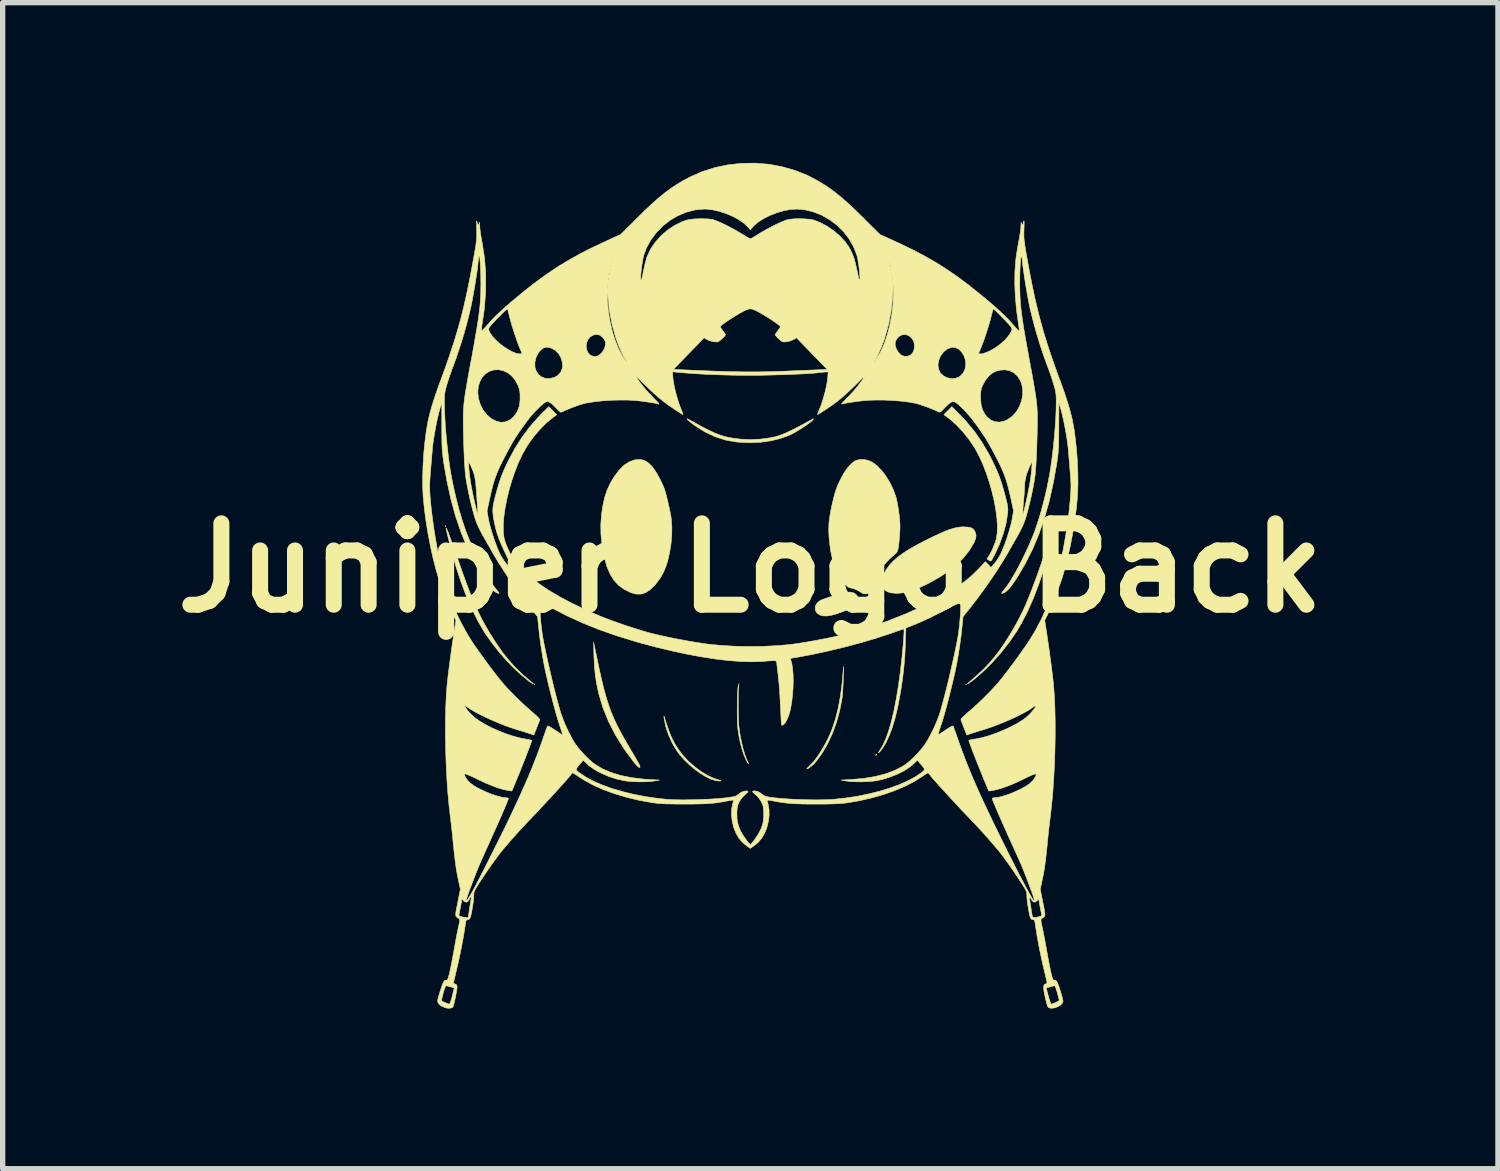
<source format=kicad_pcb>
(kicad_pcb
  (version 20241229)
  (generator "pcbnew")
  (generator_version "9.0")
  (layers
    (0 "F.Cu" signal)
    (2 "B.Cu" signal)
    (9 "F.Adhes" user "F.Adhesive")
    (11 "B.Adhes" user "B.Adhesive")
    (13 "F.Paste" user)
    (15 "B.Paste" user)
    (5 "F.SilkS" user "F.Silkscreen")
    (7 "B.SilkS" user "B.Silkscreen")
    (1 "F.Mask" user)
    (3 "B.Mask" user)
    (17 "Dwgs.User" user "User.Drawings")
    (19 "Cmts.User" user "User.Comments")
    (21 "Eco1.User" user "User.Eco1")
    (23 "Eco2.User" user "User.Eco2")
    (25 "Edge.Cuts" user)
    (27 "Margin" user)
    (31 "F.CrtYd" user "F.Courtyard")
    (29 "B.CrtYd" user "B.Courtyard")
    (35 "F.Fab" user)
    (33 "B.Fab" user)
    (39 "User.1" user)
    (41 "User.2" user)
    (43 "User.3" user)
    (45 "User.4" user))
  (footprint "Juniper Logo Back"
    (layer "F.Cu")
    (at 11.002 7.586)
    (property "Reference" "Juniper Logo Back" (at 0 0 0) (layer "F.SilkS") (effects (font (size 1.524 1.524) (thickness 0.3))))
    (attr through_hole)
    (fp_poly (pts (xy -5.701 -0.783) (xy -5.708 -0.776) (xy -5.715 -0.783) (xy -5.708 -0.79) (xy -5.701 -0.783)) (stroke (width 0.01) (type solid)) (fill yes) (layer "F.SilkS"))
    (fp_poly (pts (xy -4.036 2.18) (xy -4.043 2.187) (xy -4.05 2.18) (xy -4.043 2.173) (xy -4.036 2.18)) (stroke (width 0.01) (type solid)) (fill yes) (layer "F.SilkS"))
    (fp_poly (pts (xy 4.05 2.18) (xy 4.043 2.187) (xy 4.036 2.18) (xy 4.043 2.173) (xy 4.05 2.18)) (stroke (width 0.01) (type solid)) (fill yes) (layer "F.SilkS"))
    (fp_poly (pts (xy 5.715 -0.783) (xy 5.708 -0.776) (xy 5.701 -0.783) (xy 5.708 -0.79) (xy 5.715 -0.783)) (stroke (width 0.01) (type solid)) (fill yes) (layer "F.SilkS"))
    (fp_poly (pts (xy 2.366 3.495) (xy 2.364 3.5) (xy 2.35 3.513) (xy 2.348 3.514) (xy 2.347 3.505) (xy 2.349 3.5) (xy 2.363 3.486) (xy 2.365 3.485) (xy 2.366 3.495)) (stroke (width 0.01) (type solid)) (fill yes) (layer "F.SilkS"))
    (fp_poly (pts (xy 1.919 0.461) (xy 1.968 0.487) (xy 2.003 0.524) (xy 2.016 0.558) (xy 2.009 0.617) (xy 1.975 0.674) (xy 1.913 0.728) (xy 1.823 0.78) (xy 1.734 0.818) (xy 1.612 0.862) (xy 1.511 0.889) (xy 1.427 0.901) (xy 1.357 0.898) (xy 1.304 0.883) (xy 1.251 0.848) (xy 1.221 0.801) (xy 1.214 0.748) (xy 1.228 0.693) (xy 1.265 0.643) (xy 1.312 0.609) (xy 1.35 0.592) (xy 1.408 0.571) (xy 1.48 0.547) (xy 1.56 0.523) (xy 1.642 0.5) (xy 1.721 0.479) (xy 1.789 0.463) (xy 1.84 0.454) (xy 1.863 0.452) (xy 1.919 0.461)) (stroke (width 0.01) (type solid)) (fill yes) (layer "F.SilkS"))
    (fp_poly (pts (xy -2.866 1.722) (xy -2.822 1.93) (xy -2.78 2.114) (xy -2.739 2.279) (xy -2.698 2.427) (xy -2.655 2.563) (xy -2.609 2.691) (xy -2.557 2.815) (xy -2.5 2.938) (xy -2.434 3.066) (xy -2.359 3.201) (xy -2.274 3.347) (xy -2.245 3.396) (xy -2.196 3.478) (xy -2.153 3.553) (xy -2.116 3.617) (xy -2.088 3.667) (xy -2.071 3.699) (xy -2.068 3.708) (xy -2.065 3.734) (xy -2.076 3.74) (xy -2.101 3.725) (xy -2.136 3.69) (xy -2.176 3.644) (xy -2.361 3.393) (xy -2.521 3.138) (xy -2.654 2.879) (xy -2.76 2.618) (xy -2.838 2.355) (xy -2.843 2.335) (xy -2.878 2.17) (xy -2.903 2.01) (xy -2.919 1.844) (xy -2.928 1.662) (xy -2.929 1.644) (xy -2.935 1.39) (xy -2.866 1.722)) (stroke (width 0.01) (type solid)) (fill yes) (layer "F.SilkS"))
    (fp_poly (pts (xy -1.613 2.787) (xy -1.606 2.808) (xy -1.565 2.935) (xy -1.529 3.04) (xy -1.495 3.129) (xy -1.46 3.206) (xy -1.423 3.277) (xy -1.38 3.348) (xy -1.342 3.406) (xy -1.256 3.518) (xy -1.154 3.626) (xy -1.04 3.726) (xy -0.92 3.815) (xy -0.799 3.888) (xy -0.682 3.942) (xy -0.631 3.958) (xy -0.589 3.971) (xy -0.559 3.982) (xy -0.55 3.987) (xy -0.563 3.991) (xy -0.595 3.99) (xy -0.637 3.985) (xy -0.649 3.983) (xy -0.734 3.957) (xy -0.831 3.911) (xy -0.935 3.848) (xy -1.04 3.771) (xy -1.143 3.685) (xy -1.239 3.592) (xy -1.323 3.496) (xy -1.369 3.435) (xy -1.459 3.286) (xy -1.532 3.127) (xy -1.585 2.966) (xy -1.614 2.822) (xy -1.618 2.785) (xy -1.618 2.773) (xy -1.613 2.787)) (stroke (width 0.01) (type solid)) (fill yes) (layer "F.SilkS"))
    (fp_poly (pts (xy -0.219 2.239) (xy -0.223 2.295) (xy -0.225 2.374) (xy -0.226 2.467) (xy -0.226 2.569) (xy -0.225 2.673) (xy -0.223 2.774) (xy -0.22 2.866) (xy -0.216 2.941) (xy -0.211 2.992) (xy -0.19 3.135) (xy -0.163 3.273) (xy -0.132 3.4) (xy -0.098 3.51) (xy -0.063 3.599) (xy -0.055 3.616) (xy -0.04 3.648) (xy -0.034 3.667) (xy -0.035 3.669) (xy -0.044 3.657) (xy -0.062 3.627) (xy -0.083 3.588) (xy -0.121 3.5) (xy -0.155 3.397) (xy -0.187 3.275) (xy -0.214 3.139) (xy -0.224 3.079) (xy -0.232 3.022) (xy -0.238 2.963) (xy -0.241 2.897) (xy -0.244 2.818) (xy -0.245 2.72) (xy -0.245 2.632) (xy -0.244 2.517) (xy -0.242 2.416) (xy -0.238 2.332) (xy -0.234 2.269) (xy -0.229 2.231) (xy -0.228 2.23) (xy -0.212 2.166) (xy -0.219 2.239)) (stroke (width 0.01) (type solid)) (fill yes) (layer "F.SilkS"))
    (fp_poly (pts (xy 1.746 1.845) (xy 1.746 1.871) (xy 1.745 1.922) (xy 1.743 2) (xy 1.742 2.053) (xy 1.739 2.15) (xy 1.734 2.248) (xy 1.728 2.339) (xy 1.721 2.417) (xy 1.715 2.462) (xy 1.672 2.681) (xy 1.613 2.894) (xy 1.539 3.097) (xy 1.452 3.285) (xy 1.354 3.456) (xy 1.247 3.605) (xy 1.207 3.652) (xy 1.17 3.689) (xy 1.132 3.722) (xy 1.097 3.748) (xy 1.071 3.763) (xy 1.059 3.763) (xy 1.058 3.761) (xy 1.068 3.749) (xy 1.093 3.723) (xy 1.119 3.698) (xy 1.189 3.624) (xy 1.262 3.527) (xy 1.336 3.414) (xy 1.408 3.289) (xy 1.473 3.158) (xy 1.529 3.026) (xy 1.531 3.023) (xy 1.593 2.837) (xy 1.646 2.628) (xy 1.688 2.399) (xy 1.72 2.154) (xy 1.735 1.976) (xy 1.74 1.91) (xy 1.743 1.866) (xy 1.745 1.844) (xy 1.746 1.845)) (stroke (width 0.01) (type solid)) (fill yes) (layer "F.SilkS"))
    (fp_poly (pts (xy 4.074 -0.765) (xy 4.132 -0.753) (xy 4.173 -0.73) (xy 4.202 -0.693) (xy 4.214 -0.667) (xy 4.228 -0.614) (xy 4.223 -0.558) (xy 4.199 -0.492) (xy 4.184 -0.463) (xy 4.097 -0.32) (xy 3.991 -0.186) (xy 3.866 -0.062) (xy 3.719 0.057) (xy 3.549 0.17) (xy 3.352 0.281) (xy 3.312 0.302) (xy 3.149 0.378) (xy 3.002 0.432) (xy 2.869 0.465) (xy 2.749 0.477) (xy 2.639 0.468) (xy 2.617 0.464) (xy 2.57 0.446) (xy 2.521 0.418) (xy 2.508 0.408) (xy 2.478 0.381) (xy 2.462 0.357) (xy 2.456 0.325) (xy 2.455 0.283) (xy 2.459 0.23) (xy 2.471 0.18) (xy 2.495 0.124) (xy 2.504 0.104) (xy 2.551 0.023) (xy 2.607 -0.054) (xy 2.675 -0.127) (xy 2.758 -0.2) (xy 2.856 -0.273) (xy 2.973 -0.348) (xy 3.112 -0.427) (xy 3.273 -0.511) (xy 3.394 -0.571) (xy 3.525 -0.633) (xy 3.637 -0.682) (xy 3.732 -0.719) (xy 3.815 -0.744) (xy 3.889 -0.76) (xy 3.959 -0.768) (xy 3.994 -0.769) (xy 4.074 -0.765)) (stroke (width 0.01) (type solid)) (fill yes) (layer "F.SilkS"))
    (fp_poly (pts (xy 1.179 -2.785) (xy 1.161 -2.763) (xy 1.157 -2.758) (xy 1.122 -2.727) (xy 1.068 -2.687) (xy 1.001 -2.641) (xy 0.928 -2.594) (xy 0.854 -2.55) (xy 0.787 -2.512) (xy 0.744 -2.491) (xy 0.576 -2.427) (xy 0.389 -2.381) (xy 0.189 -2.353) (xy -0.022 -2.345) (xy -0.239 -2.356) (xy -0.258 -2.358) (xy -0.46 -2.393) (xy -0.656 -2.456) (xy -0.847 -2.546) (xy -0.988 -2.632) (xy -1.049 -2.674) (xy -1.103 -2.714) (xy -1.146 -2.749) (xy -1.175 -2.776) (xy -1.186 -2.791) (xy -1.183 -2.794) (xy -1.168 -2.788) (xy -1.134 -2.77) (xy -1.086 -2.744) (xy -1.036 -2.716) (xy -0.9 -2.641) (xy -0.782 -2.581) (xy -0.679 -2.532) (xy -0.584 -2.494) (xy -0.494 -2.465) (xy -0.402 -2.443) (xy -0.306 -2.427) (xy -0.199 -2.414) (xy -0.18 -2.412) (xy 0.000478 -2.403) (xy 0.189 -2.412) (xy 0.372 -2.436) (xy 0.473 -2.457) (xy 0.557 -2.483) (xy 0.662 -2.526) (xy 0.785 -2.584) (xy 0.927 -2.656) (xy 1.036 -2.716) (xy 1.092 -2.747) (xy 1.139 -2.772) (xy 1.171 -2.789) (xy 1.183 -2.794) (xy 1.179 -2.785)) (stroke (width 0.01) (type solid)) (fill yes) (layer "F.SilkS"))
    (fp_poly (pts (xy -5.694 -0.747) (xy -5.684 -0.727) (xy -5.668 -0.689) (xy -5.645 -0.631) (xy -5.616 -0.551) (xy -5.579 -0.45) (xy -5.535 -0.326) (xy -5.482 -0.176) (xy -5.44 -0.056) (xy -5.371 0.141) (xy -5.307 0.315) (xy -5.248 0.469) (xy -5.193 0.607) (xy -5.139 0.732) (xy -5.084 0.847) (xy -5.029 0.958) (xy -4.97 1.066) (xy -4.906 1.176) (xy -4.871 1.235) (xy -4.753 1.421) (xy -4.637 1.586) (xy -4.519 1.734) (xy -4.394 1.871) (xy -4.258 2.002) (xy -4.106 2.132) (xy -4.092 2.144) (xy -4.067 2.165) (xy -4.062 2.173) (xy -4.075 2.168) (xy -4.102 2.151) (xy -4.141 2.124) (xy -4.158 2.112) (xy -4.293 2.002) (xy -4.434 1.871) (xy -4.576 1.724) (xy -4.714 1.565) (xy -4.843 1.4) (xy -4.959 1.235) (xy -4.987 1.192) (xy -5.101 0.997) (xy -5.211 0.775) (xy -5.317 0.531) (xy -5.417 0.266) (xy -5.496 0.028) (xy -5.516 -0.036) (xy -5.538 -0.114) (xy -5.563 -0.201) (xy -5.588 -0.294) (xy -5.613 -0.388) (xy -5.636 -0.48) (xy -5.658 -0.564) (xy -5.676 -0.638) (xy -5.689 -0.696) (xy -5.697 -0.735) (xy -5.698 -0.749) (xy -5.694 -0.747)) (stroke (width 0.01) (type solid)) (fill yes) (layer "F.SilkS"))
    (fp_poly (pts (xy 5.696 -0.731) (xy 5.688 -0.69) (xy 5.674 -0.63) (xy 5.655 -0.555) (xy 5.634 -0.47) (xy 5.61 -0.378) (xy 5.585 -0.284) (xy 5.56 -0.191) (xy 5.536 -0.105) (xy 5.514 -0.028) (xy 5.496 0.028) (xy 5.402 0.308) (xy 5.301 0.57) (xy 5.195 0.811) (xy 5.083 1.028) (xy 4.987 1.192) (xy 4.849 1.392) (xy 4.694 1.589) (xy 4.527 1.777) (xy 4.352 1.948) (xy 4.202 2.079) (xy 4.163 2.109) (xy 4.126 2.135) (xy 4.095 2.156) (xy 4.075 2.168) (xy 4.068 2.169) (xy 4.078 2.158) (xy 4.092 2.145) (xy 4.236 2.02) (xy 4.36 1.904) (xy 4.469 1.791) (xy 4.568 1.676) (xy 4.663 1.553) (xy 4.757 1.416) (xy 4.856 1.26) (xy 4.871 1.235) (xy 4.938 1.122) (xy 4.999 1.013) (xy 5.056 0.904) (xy 5.111 0.792) (xy 5.165 0.672) (xy 5.219 0.541) (xy 5.276 0.396) (xy 5.337 0.233) (xy 5.404 0.048) (xy 5.44 -0.056) (xy 5.499 -0.224) (xy 5.549 -0.365) (xy 5.591 -0.483) (xy 5.626 -0.577) (xy 5.653 -0.65) (xy 5.673 -0.702) (xy 5.687 -0.735) (xy 5.695 -0.749) (xy 5.698 -0.749) (xy 5.696 -0.731)) (stroke (width 0.01) (type solid)) (fill yes) (layer "F.SilkS"))
    (fp_poly (pts (xy -2.044 -2.028) (xy -1.981 -2.013) (xy -1.923 -1.979) (xy -1.862 -1.923) (xy -1.838 -1.897) (xy -1.798 -1.844) (xy -1.752 -1.772) (xy -1.706 -1.689) (xy -1.662 -1.602) (xy -1.625 -1.52) (xy -1.604 -1.466) (xy -1.587 -1.408) (xy -1.566 -1.33) (xy -1.544 -1.239) (xy -1.523 -1.143) (xy -1.503 -1.051) (xy -1.488 -0.969) (xy -1.48 -0.915) (xy -1.469 -0.774) (xy -1.471 -0.617) (xy -1.485 -0.453) (xy -1.511 -0.289) (xy -1.547 -0.134) (xy -1.569 -0.06) (xy -1.62 0.071) (xy -1.684 0.186) (xy -1.766 0.296) (xy -1.798 0.334) (xy -1.882 0.413) (xy -1.967 0.466) (xy -2.054 0.491) (xy -2.145 0.489) (xy -2.243 0.462) (xy -2.248 0.459) (xy -2.367 0.399) (xy -2.469 0.324) (xy -2.554 0.23) (xy -2.625 0.117) (xy -2.683 -0.018) (xy -2.729 -0.177) (xy -2.737 -0.212) (xy -2.776 -0.423) (xy -2.797 -0.62) (xy -2.8 -0.81) (xy -2.787 -0.998) (xy -2.761 -1.169) (xy -2.728 -1.319) (xy -2.683 -1.454) (xy -2.626 -1.579) (xy -2.554 -1.701) (xy -2.538 -1.724) (xy -2.45 -1.839) (xy -2.36 -1.927) (xy -2.267 -1.987) (xy -2.17 -2.021) (xy -2.118 -2.029) (xy -2.044 -2.028)) (stroke (width 0.01) (type solid)) (fill yes) (layer "F.SilkS"))
    (fp_poly (pts (xy -3.625 -2.869) (xy -3.694 -2.819) (xy -3.816 -2.719) (xy -3.938 -2.597) (xy -4.056 -2.459) (xy -4.163 -2.309) (xy -4.2 -2.25) (xy -4.275 -2.115) (xy -4.346 -1.963) (xy -4.41 -1.8) (xy -4.469 -1.63) (xy -4.519 -1.455) (xy -4.561 -1.281) (xy -4.594 -1.111) (xy -4.616 -0.95) (xy -4.626 -0.8) (xy -4.625 -0.666) (xy -4.61 -0.552) (xy -4.607 -0.54) (xy -4.591 -0.487) (xy -4.567 -0.423) (xy -4.537 -0.354) (xy -4.505 -0.288) (xy -4.475 -0.232) (xy -4.45 -0.196) (xy -4.448 -0.194) (xy -4.434 -0.173) (xy -4.432 -0.165) (xy -4.447 -0.155) (xy -4.475 -0.138) (xy -4.475 -0.138) (xy -4.512 -0.115) (xy -4.597 -0.294) (xy -4.657 -0.424) (xy -4.704 -0.538) (xy -4.741 -0.642) (xy -4.77 -0.745) (xy -4.785 -0.811) (xy -4.806 -0.913) (xy -4.818 -0.997) (xy -4.823 -1.069) (xy -4.819 -1.139) (xy -4.806 -1.215) (xy -4.785 -1.305) (xy -4.778 -1.333) (xy -4.741 -1.468) (xy -4.707 -1.583) (xy -4.673 -1.684) (xy -4.636 -1.78) (xy -4.594 -1.877) (xy -4.543 -1.984) (xy -4.53 -2.011) (xy -4.41 -2.236) (xy -4.281 -2.44) (xy -4.139 -2.631) (xy -3.979 -2.814) (xy -3.871 -2.925) (xy -3.774 -3.02) (xy -3.625 -2.869)) (stroke (width 0.01) (type solid)) (fill yes) (layer "F.SilkS"))
    (fp_poly (pts (xy 3.871 -2.925) (xy 4.045 -2.742) (xy 4.197 -2.557) (xy 4.333 -2.362) (xy 4.458 -2.15) (xy 4.53 -2.011) (xy 4.583 -1.901) (xy 4.627 -1.803) (xy 4.665 -1.707) (xy 4.699 -1.608) (xy 4.733 -1.497) (xy 4.769 -1.367) (xy 4.778 -1.333) (xy 4.799 -1.251) (xy 4.813 -1.188) (xy 4.821 -1.139) (xy 4.824 -1.096) (xy 4.822 -1.054) (xy 4.821 -1.037) (xy 4.793 -0.848) (xy 4.741 -0.649) (xy 4.666 -0.443) (xy 4.581 -0.258) (xy 4.549 -0.197) (xy 4.527 -0.157) (xy 4.512 -0.135) (xy 4.499 -0.127) (xy 4.488 -0.13) (xy 4.482 -0.134) (xy 4.454 -0.152) (xy 4.439 -0.16) (xy 4.434 -0.173) (xy 4.447 -0.192) (xy 4.472 -0.229) (xy 4.503 -0.285) (xy 4.536 -0.352) (xy 4.566 -0.422) (xy 4.591 -0.487) (xy 4.607 -0.54) (xy 4.624 -0.651) (xy 4.627 -0.782) (xy 4.618 -0.93) (xy 4.597 -1.091) (xy 4.566 -1.26) (xy 4.525 -1.433) (xy 4.475 -1.608) (xy 4.418 -1.779) (xy 4.354 -1.943) (xy 4.284 -2.096) (xy 4.21 -2.234) (xy 4.2 -2.25) (xy 4.098 -2.403) (xy 3.983 -2.547) (xy 3.863 -2.675) (xy 3.74 -2.784) (xy 3.694 -2.819) (xy 3.625 -2.869) (xy 3.699 -2.944) (xy 3.774 -3.02) (xy 3.871 -2.925)) (stroke (width 0.01) (type solid)) (fill yes) (layer "F.SilkS"))
    (fp_poly (pts (xy 2.2 -2.016) (xy 2.277 -1.984) (xy 2.281 -1.982) (xy 2.37 -1.917) (xy 2.456 -1.829) (xy 2.538 -1.722) (xy 2.613 -1.601) (xy 2.676 -1.471) (xy 2.725 -1.337) (xy 2.729 -1.323) (xy 2.743 -1.265) (xy 2.758 -1.187) (xy 2.773 -1.101) (xy 2.785 -1.014) (xy 2.787 -0.999) (xy 2.797 -0.905) (xy 2.802 -0.83) (xy 2.804 -0.761) (xy 2.801 -0.689) (xy 2.795 -0.602) (xy 2.795 -0.596) (xy 2.786 -0.496) (xy 2.778 -0.42) (xy 2.769 -0.364) (xy 2.758 -0.323) (xy 2.744 -0.294) (xy 2.727 -0.272) (xy 2.707 -0.255) (xy 2.65 -0.208) (xy 2.589 -0.148) (xy 2.528 -0.082) (xy 2.474 -0.016) (xy 2.433 0.042) (xy 2.42 0.065) (xy 2.399 0.111) (xy 2.387 0.152) (xy 2.38 0.198) (xy 2.378 0.26) (xy 2.378 0.275) (xy 2.376 0.401) (xy 2.292 0.44) (xy 2.226 0.469) (xy 2.177 0.485) (xy 2.138 0.487) (xy 2.101 0.475) (xy 2.061 0.45) (xy 2.053 0.445) (xy 1.971 0.401) (xy 1.905 0.381) (xy 1.857 0.37) (xy 1.822 0.352) (xy 1.788 0.322) (xy 1.768 0.3) (xy 1.677 0.176) (xy 1.602 0.029) (xy 1.543 -0.14) (xy 1.502 -0.331) (xy 1.477 -0.543) (xy 1.472 -0.621) (xy 1.469 -0.726) (xy 1.472 -0.824) (xy 1.482 -0.922) (xy 1.499 -1.028) (xy 1.523 -1.15) (xy 1.539 -1.217) (xy 1.562 -1.315) (xy 1.583 -1.393) (xy 1.602 -1.457) (xy 1.624 -1.515) (xy 1.649 -1.575) (xy 1.681 -1.642) (xy 1.697 -1.674) (xy 1.756 -1.781) (xy 1.82 -1.873) (xy 1.886 -1.946) (xy 1.949 -1.997) (xy 1.966 -2.006) (xy 2.035 -2.028) (xy 2.117 -2.031) (xy 2.2 -2.016)) (stroke (width 0.01) (type solid)) (fill yes) (layer "F.SilkS"))
    (fp_poly (pts (xy 0.346 -7.56) (xy 0.595 -7.514) (xy 0.837 -7.445) (xy 1.068 -7.352) (xy 1.128 -7.322) (xy 1.253 -7.256) (xy 1.37 -7.186) (xy 1.484 -7.111) (xy 1.598 -7.026) (xy 1.716 -6.93) (xy 1.84 -6.821) (xy 1.975 -6.694) (xy 2.123 -6.548) (xy 2.144 -6.527) (xy 2.218 -6.453) (xy 2.285 -6.386) (xy 2.343 -6.329) (xy 2.39 -6.283) (xy 2.422 -6.252) (xy 2.438 -6.238) (xy 2.439 -6.237) (xy 2.455 -6.231) (xy 2.493 -6.215) (xy 2.547 -6.191) (xy 2.615 -6.16) (xy 2.691 -6.125) (xy 2.771 -6.088) (xy 2.852 -6.05) (xy 2.929 -6.013) (xy 2.997 -5.98) (xy 3.041 -5.959) (xy 3.258 -5.845) (xy 3.467 -5.726) (xy 3.67 -5.598) (xy 3.874 -5.458) (xy 4.082 -5.304) (xy 4.298 -5.131) (xy 4.451 -5.004) (xy 4.572 -4.9) (xy 4.674 -4.808) (xy 4.761 -4.726) (xy 4.837 -4.649) (xy 4.904 -4.574) (xy 4.929 -4.545) (xy 4.97 -4.499) (xy 5.003 -4.464) (xy 5.026 -4.445) (xy 5.035 -4.443) (xy 5.035 -4.463) (xy 5.031 -4.504) (xy 5.023 -4.56) (xy 5.018 -4.597) (xy 4.985 -4.833) (xy 4.964 -5.073) (xy 4.953 -5.311) (xy 4.955 -5.538) (xy 4.968 -5.737) (xy 4.977 -5.811) (xy 4.99 -5.901) (xy 5.006 -5.997) (xy 5.022 -6.089) (xy 5.024 -6.1) (xy 5.04 -6.183) (xy 5.053 -6.266) (xy 5.063 -6.341) (xy 5.068 -6.399) (xy 5.068 -6.41) (xy 5.07 -6.452) (xy 5.072 -6.474) (xy 5.075 -6.472) (xy 5.076 -6.466) (xy 5.084 -6.431) (xy 5.095 -6.423) (xy 5.107 -6.443) (xy 5.118 -6.481) (xy 5.123 -6.498) (xy 5.127 -6.496) (xy 5.128 -6.47) (xy 5.128 -6.419) (xy 5.126 -6.35) (xy 5.124 -6.282) (xy 5.124 -6.224) (xy 5.126 -6.169) (xy 5.132 -6.112) (xy 5.141 -6.045) (xy 5.154 -5.962) (xy 5.171 -5.863) (xy 5.223 -5.578) (xy 5.274 -5.316) (xy 5.325 -5.072) (xy 5.379 -4.842) (xy 5.436 -4.62) (xy 5.497 -4.402) (xy 5.565 -4.183) (xy 5.64 -3.957) (xy 5.723 -3.72) (xy 5.797 -3.518) (xy 5.87 -3.319) (xy 5.929 -3.141) (xy 5.978 -2.982) (xy 6.016 -2.838) (xy 6.033 -2.762) (xy 6.065 -2.587) (xy 6.091 -2.391) (xy 6.112 -2.183) (xy 6.127 -1.969) (xy 6.135 -1.757) (xy 6.136 -1.556) (xy 6.129 -1.371) (xy 6.126 -1.319) (xy 6.104 -1.101) (xy 6.074 -0.873) (xy 6.036 -0.639) (xy 5.992 -0.408) (xy 5.942 -0.186) (xy 5.889 0.021) (xy 5.835 0.205) (xy 5.81 0.274) (xy 5.779 0.36) (xy 5.742 0.457) (xy 5.702 0.557) (xy 5.663 0.655) (xy 5.625 0.745) (xy 5.592 0.821) (xy 5.566 0.877) (xy 5.565 0.879) (xy 5.514 0.981) (xy 5.53 1.087) (xy 5.552 1.227) (xy 5.574 1.376) (xy 5.596 1.528) (xy 5.616 1.678) (xy 5.636 1.822) (xy 5.652 1.955) (xy 5.666 2.072) (xy 5.677 2.167) (xy 5.679 2.194) (xy 5.695 2.406) (xy 5.705 2.64) (xy 5.71 2.892) (xy 5.71 3.155) (xy 5.705 3.426) (xy 5.696 3.7) (xy 5.681 3.97) (xy 5.663 4.231) (xy 5.639 4.48) (xy 5.616 4.678) (xy 5.605 4.769) (xy 5.593 4.866) (xy 5.583 4.959) (xy 5.575 5.036) (xy 5.574 5.045) (xy 5.559 5.203) (xy 5.545 5.338) (xy 5.532 5.453) (xy 5.519 5.553) (xy 5.506 5.641) (xy 5.492 5.723) (xy 5.476 5.801) (xy 5.474 5.814) (xy 5.43 6.018) (xy 5.479 6.265) (xy 5.497 6.355) (xy 5.51 6.421) (xy 5.517 6.469) (xy 5.517 6.501) (xy 5.512 6.523) (xy 5.499 6.54) (xy 5.479 6.554) (xy 5.456 6.569) (xy 5.447 6.578) (xy 5.444 6.593) (xy 5.445 6.619) (xy 5.453 6.662) (xy 5.466 6.727) (xy 5.469 6.738) (xy 5.483 6.803) (xy 5.499 6.888) (xy 5.518 6.985) (xy 5.537 7.087) (xy 5.552 7.176) (xy 5.57 7.272) (xy 5.588 7.37) (xy 5.606 7.461) (xy 5.622 7.538) (xy 5.634 7.592) (xy 5.65 7.654) (xy 5.662 7.693) (xy 5.673 7.714) (xy 5.685 7.722) (xy 5.699 7.722) (xy 5.721 7.726) (xy 5.74 7.746) (xy 5.756 7.779) (xy 5.777 7.832) (xy 5.798 7.896) (xy 5.819 7.963) (xy 5.837 8.027) (xy 5.85 8.081) (xy 5.856 8.116) (xy 5.856 8.119) (xy 5.843 8.154) (xy 5.809 8.188) (xy 5.761 8.217) (xy 5.706 8.238) (xy 5.651 8.247) (xy 5.61 8.243) (xy 5.592 8.237) (xy 5.579 8.227) (xy 5.567 8.207) (xy 5.556 8.174) (xy 5.542 8.121) (xy 5.528 8.064) (xy 5.507 7.968) (xy 5.495 7.896) (xy 5.494 7.869) (xy 5.546 7.869) (xy 5.549 7.893) (xy 5.559 7.934) (xy 5.573 7.986) (xy 5.588 8.042) (xy 5.604 8.095) (xy 5.619 8.138) (xy 5.629 8.165) (xy 5.633 8.17) (xy 5.653 8.165) (xy 5.688 8.152) (xy 5.716 8.14) (xy 5.755 8.122) (xy 5.78 8.105) (xy 5.786 8.098) (xy 5.782 8.08) (xy 5.772 8.041) (xy 5.758 7.988) (xy 5.748 7.951) (xy 5.729 7.888) (xy 5.715 7.849) (xy 5.703 7.829) (xy 5.691 7.825) (xy 5.688 7.826) (xy 5.66 7.835) (xy 5.619 7.845) (xy 5.606 7.849) (xy 5.569 7.858) (xy 5.548 7.866) (xy 5.546 7.869) (xy 5.494 7.869) (xy 5.493 7.845) (xy 5.5 7.812) (xy 5.517 7.795) (xy 5.529 7.792) (xy 5.554 7.782) (xy 5.556 7.759) (xy 5.556 7.756) (xy 5.55 7.733) (xy 5.539 7.687) (xy 5.525 7.625) (xy 5.507 7.55) (xy 5.492 7.486) (xy 5.459 7.342) (xy 5.427 7.19) (xy 5.397 7.039) (xy 5.371 6.895) (xy 5.351 6.769) (xy 5.345 6.731) (xy 5.336 6.667) (xy 5.329 6.626) (xy 5.322 6.603) (xy 5.313 6.593) (xy 5.3 6.59) (xy 5.293 6.59) (xy 5.264 6.578) (xy 5.249 6.561) (xy 5.238 6.531) (xy 5.226 6.48) (xy 5.214 6.414) (xy 5.201 6.342) (xy 5.191 6.268) (xy 5.183 6.202) (xy 5.18 6.166) (xy 5.223 6.166) (xy 5.224 6.181) (xy 5.225 6.184) (xy 5.229 6.204) (xy 5.237 6.246) (xy 5.246 6.304) (xy 5.257 6.372) (xy 5.257 6.375) (xy 5.268 6.447) (xy 5.276 6.495) (xy 5.284 6.525) (xy 5.293 6.541) (xy 5.304 6.547) (xy 5.319 6.547) (xy 5.357 6.544) (xy 5.403 6.534) (xy 5.409 6.532) (xy 5.444 6.52) (xy 5.457 6.506) (xy 5.455 6.487) (xy 5.449 6.459) (xy 5.439 6.412) (xy 5.428 6.354) (xy 5.423 6.327) (xy 5.4 6.198) (xy 5.37 6.234) (xy 5.335 6.259) (xy 5.302 6.256) (xy 5.273 6.228) (xy 5.263 6.208) (xy 5.249 6.183) (xy 5.233 6.168) (xy 5.223 6.166) (xy 5.18 6.166) (xy 5.179 6.148) (xy 5.179 6.137) (xy 5.178 6.104) (xy 5.173 6.075) (xy 5.163 6.045) (xy 5.144 6.008) (xy 5.114 5.958) (xy 5.074 5.895) (xy 5.012 5.801) (xy 4.945 5.701) (xy 4.875 5.6) (xy 4.807 5.505) (xy 4.745 5.418) (xy 4.691 5.347) (xy 4.658 5.306) (xy 4.525 5.149) (xy 4.4 5.006) (xy 4.273 4.866) (xy 4.136 4.721) (xy 4.108 4.692) (xy 4.032 4.612) (xy 3.949 4.526) (xy 3.864 4.434) (xy 3.778 4.341) (xy 3.694 4.25) (xy 3.613 4.162) (xy 3.54 4.081) (xy 3.476 4.01) (xy 3.424 3.951) (xy 3.387 3.907) (xy 3.367 3.881) (xy 3.345 3.853) (xy 3.328 3.839) (xy 3.326 3.838) (xy 3.311 3.846) (xy 3.278 3.866) (xy 3.233 3.896) (xy 3.204 3.916) (xy 3.057 4.008) (xy 2.885 4.095) (xy 2.694 4.175) (xy 2.487 4.247) (xy 2.267 4.309) (xy 2.041 4.361) (xy 1.87 4.391) (xy 1.807 4.401) (xy 1.748 4.408) (xy 1.688 4.413) (xy 1.622 4.417) (xy 1.546 4.42) (xy 1.454 4.422) (xy 1.342 4.423) (xy 1.242 4.423) (xy 1.094 4.423) (xy 0.97 4.421) (xy 0.863 4.418) (xy 0.77 4.413) (xy 0.686 4.405) (xy 0.604 4.395) (xy 0.521 4.382) (xy 0.433 4.365) (xy 0.381 4.356) (xy 0.34 4.35) (xy 0.319 4.349) (xy 0.317 4.349) (xy 0.317 4.365) (xy 0.325 4.398) (xy 0.332 4.423) (xy 0.351 4.523) (xy 0.352 4.637) (xy 0.337 4.755) (xy 0.308 4.872) (xy 0.266 4.973) (xy 0.209 5.069) (xy 0.142 5.146) (xy 0.068 5.205) (xy 0 5.253) (xy -0.068 5.205) (xy -0.15 5.138) (xy -0.216 5.059) (xy -0.266 4.973) (xy -0.309 4.867) (xy -0.338 4.751) (xy -0.352 4.632) (xy -0.35 4.519) (xy -0.332 4.423) (xy -0.321 4.383) (xy -0.316 4.356) (xy -0.317 4.349) (xy -0.332 4.349) (xy -0.368 4.354) (xy -0.418 4.363) (xy -0.433 4.365) (xy -0.522 4.382) (xy -0.605 4.395) (xy -0.687 4.406) (xy -0.771 4.413) (xy -0.864 4.418) (xy -0.971 4.421) (xy -1.095 4.423) (xy -1.242 4.423) (xy -1.372 4.423) (xy -1.478 4.421) (xy -1.566 4.42) (xy -1.639 4.417) (xy -1.703 4.412) (xy -1.763 4.406) (xy -1.822 4.399) (xy -1.87 4.391) (xy -2.1 4.349) (xy -2.325 4.294) (xy -2.541 4.229) (xy -2.745 4.155) (xy -2.932 4.073) (xy -3.097 3.984) (xy -3.204 3.916) (xy -3.253 3.882) (xy -3.294 3.856) (xy -3.32 3.841) (xy -3.326 3.838) (xy -3.341 3.849) (xy -3.363 3.875) (xy -3.367 3.881) (xy -3.389 3.909) (xy -3.427 3.954) (xy -3.48 4.013) (xy -3.544 4.085) (xy -3.618 4.167) (xy -3.698 4.255) (xy -3.783 4.346) (xy -3.869 4.439) (xy -3.954 4.53) (xy -4.036 4.617) (xy -4.108 4.692) (xy -4.248 4.839) (xy -4.376 4.979) (xy -4.501 5.121) (xy -4.631 5.274) (xy -4.658 5.306) (xy -4.703 5.363) (xy -4.759 5.438) (xy -4.823 5.527) (xy -4.892 5.624) (xy -4.961 5.725) (xy -5.028 5.824) (xy -5.074 5.895) (xy -5.116 5.962) (xy -5.145 6.011) (xy -5.164 6.047) (xy -5.174 6.077) (xy -5.178 6.106) (xy -5.179 6.137) (xy -5.181 6.186) (xy -5.188 6.249) (xy -5.198 6.321) (xy -5.21 6.395) (xy -5.223 6.463) (xy -5.235 6.519) (xy -5.246 6.555) (xy -5.249 6.561) (xy -5.272 6.584) (xy -5.293 6.59) (xy -5.308 6.591) (xy -5.318 6.597) (xy -5.326 6.614) (xy -5.333 6.647) (xy -5.341 6.7) (xy -5.345 6.731) (xy -5.364 6.851) (xy -5.388 6.989) (xy -5.417 7.139) (xy -5.448 7.291) (xy -5.481 7.439) (xy -5.492 7.486) (xy -5.511 7.566) (xy -5.528 7.639) (xy -5.542 7.699) (xy -5.552 7.74) (xy -5.556 7.756) (xy -5.555 7.781) (xy -5.533 7.791) (xy -5.529 7.792) (xy -5.505 7.802) (xy -5.494 7.828) (xy -5.492 7.843) (xy -5.493 7.871) (xy -5.5 7.918) (xy -5.51 7.977) (xy -5.523 8.043) (xy -5.537 8.107) (xy -5.551 8.163) (xy -5.563 8.206) (xy -5.572 8.228) (xy -5.572 8.229) (xy -5.6 8.242) (xy -5.643 8.247) (xy -5.691 8.243) (xy -5.717 8.236) (xy -5.782 8.206) (xy -5.829 8.171) (xy -5.853 8.135) (xy -5.856 8.118) (xy -5.854 8.107) (xy -5.783 8.107) (xy -5.765 8.118) (xy -5.731 8.134) (xy -5.691 8.151) (xy -5.656 8.165) (xy -5.636 8.17) (xy -5.626 8.157) (xy -5.612 8.123) (xy -5.596 8.072) (xy -5.583 8.023) (xy -5.568 7.962) (xy -5.556 7.912) (xy -5.548 7.879) (xy -5.546 7.869) (xy -5.558 7.862) (xy -5.589 7.853) (xy -5.606 7.849) (xy -5.648 7.838) (xy -5.681 7.828) (xy -5.688 7.826) (xy -5.699 7.826) (xy -5.711 7.841) (xy -5.724 7.873) (xy -5.741 7.927) (xy -5.75 7.959) (xy -5.765 8.018) (xy -5.777 8.066) (xy -5.783 8.098) (xy -5.783 8.107) (xy -5.854 8.107) (xy -5.852 8.087) (xy -5.84 8.035) (xy -5.822 7.972) (xy -5.801 7.905) (xy -5.78 7.841) (xy -5.759 7.786) (xy -5.756 7.779) (xy -5.737 7.741) (xy -5.718 7.724) (xy -5.699 7.722) (xy -5.684 7.722) (xy -5.672 7.712) (xy -5.661 7.69) (xy -5.649 7.648) (xy -5.634 7.592) (xy -5.621 7.534) (xy -5.605 7.456) (xy -5.587 7.365) (xy -5.569 7.267) (xy -5.552 7.176) (xy -5.535 7.077) (xy -5.516 6.975) (xy -5.498 6.879) (xy -5.481 6.796) (xy -5.469 6.738) (xy -5.454 6.67) (xy -5.446 6.624) (xy -5.443 6.596) (xy -5.447 6.579) (xy -5.455 6.57) (xy -5.456 6.569) (xy -5.483 6.552) (xy -5.501 6.537) (xy -5.513 6.521) (xy -5.515 6.509) (xy -5.457 6.509) (xy -5.441 6.523) (xy -5.417 6.531) (xy -5.369 6.542) (xy -5.326 6.546) (xy -5.283 6.548) (xy -5.257 6.375) (xy -5.247 6.307) (xy -5.237 6.248) (xy -5.23 6.206) (xy -5.225 6.185) (xy -5.225 6.184) (xy -5.222 6.167) (xy -5.232 6.167) (xy -5.247 6.181) (xy -5.262 6.205) (xy -5.263 6.208) (xy -5.289 6.248) (xy -5.321 6.261) (xy -5.355 6.248) (xy -5.37 6.234) (xy -5.4 6.198) (xy -5.423 6.327) (xy -5.435 6.388) (xy -5.445 6.441) (xy -5.453 6.478) (xy -5.455 6.487) (xy -5.457 6.509) (xy -5.515 6.509) (xy -5.518 6.497) (xy -5.516 6.463) (xy -5.509 6.413) (xy -5.495 6.343) (xy -5.479 6.265) (xy -5.43 6.018) (xy -5.474 5.814) (xy -5.49 5.735) (xy -5.504 5.655) (xy -5.517 5.568) (xy -5.53 5.47) (xy -5.543 5.358) (xy -5.557 5.226) (xy -5.572 5.072) (xy -5.574 5.045) (xy -5.582 4.971) (xy -5.592 4.879) (xy -5.603 4.782) (xy -5.615 4.69) (xy -5.616 4.678) (xy -5.643 4.445) (xy -5.666 4.194) (xy -5.684 3.931) (xy -5.697 3.66) (xy -5.706 3.387) (xy -5.711 3.116) (xy -5.71 2.854) (xy -5.704 2.605) (xy -5.693 2.374) (xy -5.679 2.194) (xy -5.67 2.108) (xy -5.658 1.998) (xy -5.642 1.871) (xy -5.623 1.73) (xy -5.603 1.581) (xy -5.582 1.429) (xy -5.56 1.279) (xy -5.538 1.135) (xy -5.53 1.087) (xy -5.514 0.981) (xy -5.565 0.879) (xy -5.591 0.824) (xy -5.623 0.749) (xy -5.661 0.66) (xy -5.701 0.562) (xy -5.74 0.461) (xy -5.777 0.365) (xy -5.809 0.278) (xy -5.834 0.207) (xy -5.835 0.205) (xy -5.89 0.019) (xy -5.943 -0.188) (xy -5.992 -0.411) (xy -6.036 -0.642) (xy -6.074 -0.875) (xy -6.104 -1.104) (xy -6.126 -1.319) (xy -6.135 -1.497) (xy -6.135 -1.566) (xy -6.005 -1.566) (xy -6.004 -1.462) (xy -5.997 -1.336) (xy -5.984 -1.19) (xy -5.966 -1.03) (xy -5.944 -0.861) (xy -5.919 -0.686) (xy -5.89 -0.511) (xy -5.859 -0.339) (xy -5.826 -0.174) (xy -5.805 -0.078) (xy -5.782 0.018) (xy -5.751 0.133) (xy -5.715 0.258) (xy -5.677 0.385) (xy -5.639 0.507) (xy -5.603 0.616) (xy -5.599 0.628) (xy -5.565 0.714) (xy -5.519 0.818) (xy -5.464 0.932) (xy -5.403 1.051) (xy -5.339 1.169) (xy -5.275 1.279) (xy -5.215 1.375) (xy -5.215 1.376) (xy -5.157 1.462) (xy -5.086 1.562) (xy -5.008 1.671) (xy -4.926 1.783) (xy -4.843 1.894) (xy -4.764 1.997) (xy -4.693 2.087) (xy -4.634 2.159) (xy -4.561 2.241) (xy -4.471 2.335) (xy -4.371 2.435) (xy -4.265 2.537) (xy -4.159 2.634) (xy -4.074 2.708) (xy -4.011 2.763) (xy -3.97 2.803) (xy -3.948 2.831) (xy -3.944 2.848) (xy -3.944 2.849) (xy -3.952 2.871) (xy -3.969 2.913) (xy -3.99 2.967) (xy -4.003 3.001) (xy -4.054 3.13) (xy -4.133 3.103) (xy -4.181 3.087) (xy -4.246 3.066) (xy -4.318 3.045) (xy -4.36 3.032) (xy -4.47 2.997) (xy -4.59 2.954) (xy -4.715 2.904) (xy -4.841 2.851) (xy -4.962 2.796) (xy -5.073 2.741) (xy -5.17 2.689) (xy -5.247 2.642) (xy -5.274 2.623) (xy -5.311 2.597) (xy -5.338 2.584) (xy -5.348 2.585) (xy -5.348 2.585) (xy -5.338 2.609) (xy -5.312 2.647) (xy -5.275 2.692) (xy -5.231 2.739) (xy -5.185 2.783) (xy -5.175 2.792) (xy -5.085 2.859) (xy -4.974 2.926) (xy -4.847 2.992) (xy -4.709 3.054) (xy -4.567 3.109) (xy -4.427 3.155) (xy -4.295 3.189) (xy -4.203 3.206) (xy -4.151 3.214) (xy -4.112 3.223) (xy -4.093 3.23) (xy -4.092 3.231) (xy -4.097 3.25) (xy -4.112 3.291) (xy -4.133 3.351) (xy -4.162 3.426) (xy -4.195 3.512) (xy -4.231 3.605) (xy -4.27 3.702) (xy -4.308 3.799) (xy -4.346 3.892) (xy -4.349 3.899) (xy -4.465 4.179) (xy -4.535 4.169) (xy -4.622 4.151) (xy -4.727 4.12) (xy -4.845 4.076) (xy -4.972 4.023) (xy -5.103 3.961) (xy -5.107 3.959) (xy -5.18 3.923) (xy -5.244 3.894) (xy -5.296 3.872) (xy -5.331 3.86) (xy -5.344 3.858) (xy -5.354 3.867) (xy -5.351 3.886) (xy -5.333 3.921) (xy -5.332 3.924) (xy -5.294 3.979) (xy -5.245 4.029) (xy -5.18 4.077) (xy -5.093 4.127) (xy -5.07 4.139) (xy -4.968 4.187) (xy -4.864 4.23) (xy -4.764 4.265) (xy -4.674 4.29) (xy -4.599 4.302) (xy -4.572 4.304) (xy -4.542 4.308) (xy -4.53 4.318) (xy -4.53 4.318) (xy -4.536 4.339) (xy -4.553 4.383) (xy -4.581 4.451) (xy -4.619 4.54) (xy -4.666 4.65) (xy -4.723 4.778) (xy -4.788 4.924) (xy -4.861 5.086) (xy -4.896 5.165) (xy -4.95 5.282) (xy -4.993 5.379) (xy -5.029 5.459) (xy -5.059 5.527) (xy -5.085 5.588) (xy -5.109 5.646) (xy -5.133 5.706) (xy -5.159 5.772) (xy -5.188 5.848) (xy -5.205 5.891) (xy -5.25 6.011) (xy -5.284 6.105) (xy -5.306 6.173) (xy -5.317 6.216) (xy -5.316 6.234) (xy -5.308 6.23) (xy -5.296 6.213) (xy -5.273 6.177) (xy -5.242 6.126) (xy -5.207 6.065) (xy -5.2 6.054) (xy -5.175 6.008) (xy -5.139 5.941) (xy -5.094 5.854) (xy -5.041 5.751) (xy -4.983 5.636) (xy -4.92 5.512) (xy -4.854 5.381) (xy -4.787 5.247) (xy -4.721 5.114) (xy -4.656 4.983) (xy -4.595 4.86) (xy -4.54 4.745) (xy -4.491 4.644) (xy -4.477 4.614) (xy -4.362 4.369) (xy -4.259 4.143) (xy -4.167 3.933) (xy -4.084 3.734) (xy -4.008 3.541) (xy -3.937 3.35) (xy -3.873 3.168) (xy -3.849 3.098) (xy -3.827 3.037) (xy -3.809 2.99) (xy -3.798 2.964) (xy -3.796 2.959) (xy -3.781 2.962) (xy -3.748 2.979) (xy -3.703 3.007) (xy -3.65 3.041) (xy -3.597 3.077) (xy -3.553 3.105) (xy -3.524 3.122) (xy -3.514 3.126) (xy -3.518 3.11) (xy -3.53 3.073) (xy -3.548 3.018) (xy -3.57 2.951) (xy -3.583 2.91) (xy -3.61 2.825) (xy -3.641 2.718) (xy -3.675 2.594) (xy -3.711 2.459) (xy -3.747 2.317) (xy -3.782 2.175) (xy -3.814 2.037) (xy -3.842 1.91) (xy -3.859 1.827) (xy -3.888 1.671) (xy -3.916 1.497) (xy -3.941 1.319) (xy -3.961 1.146) (xy -3.967 1.088) (xy -3.984 0.914) (xy -4.099 0.771) (xy -4.119 0.745) (xy -3.94 0.745) (xy -3.938 0.808) (xy -3.933 0.885) (xy -3.927 0.971) (xy -3.918 1.062) (xy -3.907 1.153) (xy -3.896 1.24) (xy -3.895 1.245) (xy -3.88 1.335) (xy -3.858 1.447) (xy -3.831 1.577) (xy -3.8 1.72) (xy -3.766 1.871) (xy -3.73 2.026) (xy -3.693 2.18) (xy -3.656 2.328) (xy -3.62 2.466) (xy -3.587 2.588) (xy -3.558 2.691) (xy -3.547 2.727) (xy -3.512 2.823) (xy -3.468 2.931) (xy -3.417 3.042) (xy -3.363 3.149) (xy -3.311 3.243) (xy -3.273 3.302) (xy -3.219 3.374) (xy -3.15 3.454) (xy -3.074 3.534) (xy -2.998 3.606) (xy -2.929 3.664) (xy -2.913 3.676) (xy -2.772 3.761) (xy -2.609 3.831) (xy -2.422 3.888) (xy -2.215 3.929) (xy -1.986 3.956) (xy -1.884 3.963) (xy -1.7 3.973) (xy -1.793 3.99) (xy -1.87 4) (xy -1.966 4.006) (xy -2.072 4.007) (xy -2.179 4.004) (xy -2.278 3.997) (xy -2.357 3.986) (xy -2.505 3.953) (xy -2.652 3.905) (xy -2.789 3.846) (xy -2.914 3.779) (xy -3.019 3.705) (xy -3.077 3.652) (xy -3.128 3.6) (xy -3.183 3.665) (xy -3.226 3.715) (xy -3.251 3.749) (xy -3.26 3.773) (xy -3.253 3.792) (xy -3.23 3.814) (xy -3.193 3.842) (xy -3.074 3.922) (xy -2.93 3.998) (xy -2.765 4.068) (xy -2.582 4.134) (xy -2.384 4.192) (xy -2.175 4.242) (xy -1.957 4.284) (xy -1.735 4.316) (xy -1.559 4.334) (xy -1.464 4.34) (xy -1.355 4.343) (xy -1.236 4.344) (xy -1.11 4.342) (xy -0.981 4.339) (xy -0.852 4.334) (xy -0.727 4.328) (xy -0.61 4.32) (xy -0.503 4.311) (xy -0.412 4.3) (xy -0.338 4.289) (xy -0.286 4.278) (xy -0.261 4.267) (xy -0.231 4.245) (xy -0.193 4.218) (xy -0.185 4.212) (xy -0.15 4.193) (xy -0.11 4.181) (xy -0.073 4.176) (xy -0.048 4.18) (xy -0.042 4.189) (xy -0.052 4.204) (xy -0.078 4.23) (xy -0.103 4.251) (xy -0.145 4.293) (xy -0.186 4.346) (xy -0.204 4.376) (xy -0.226 4.419) (xy -0.239 4.46) (xy -0.247 4.508) (xy -0.251 4.574) (xy -0.251 4.581) (xy -0.249 4.702) (xy -0.228 4.811) (xy -0.187 4.917) (xy -0.176 4.938) (xy -0.151 4.982) (xy -0.119 5.032) (xy -0.084 5.082) (xy -0.05 5.127) (xy -0.022 5.161) (xy -0.003 5.178) (xy 0 5.179) (xy 0.014 5.168) (xy 0.04 5.14) (xy 0.072 5.1) (xy 0.079 5.091) (xy 0.153 4.98) (xy 0.205 4.877) (xy 0.237 4.777) (xy 0.251 4.671) (xy 0.251 4.581) (xy 0.247 4.513) (xy 0.24 4.463) (xy 0.227 4.422) (xy 0.206 4.38) (xy 0.204 4.376) (xy 0.17 4.324) (xy 0.127 4.274) (xy 0.103 4.251) (xy 0.069 4.222) (xy 0.047 4.199) (xy 0.042 4.189) (xy 0.054 4.178) (xy 0.083 4.176) (xy 0.121 4.183) (xy 0.161 4.198) (xy 0.185 4.212) (xy 0.223 4.239) (xy 0.256 4.263) (xy 0.261 4.267) (xy 0.292 4.279) (xy 0.347 4.291) (xy 0.423 4.302) (xy 0.517 4.312) (xy 0.625 4.321) (xy 0.743 4.329) (xy 0.869 4.335) (xy 0.998 4.34) (xy 1.127 4.343) (xy 1.252 4.344) (xy 1.37 4.342) (xy 1.478 4.339) (xy 1.559 4.334) (xy 1.783 4.31) (xy 2.005 4.276) (xy 2.221 4.232) (xy 2.428 4.18) (xy 2.623 4.12) (xy 2.803 4.054) (xy 2.963 3.982) (xy 3.102 3.905) (xy 3.193 3.842) (xy 3.231 3.813) (xy 3.253 3.792) (xy 3.26 3.772) (xy 3.251 3.748) (xy 3.224 3.714) (xy 3.183 3.665) (xy 3.128 3.6) (xy 3.077 3.652) (xy 2.988 3.729) (xy 2.877 3.801) (xy 2.747 3.866) (xy 2.606 3.921) (xy 2.459 3.965) (xy 2.357 3.986) (xy 2.272 3.997) (xy 2.172 4.004) (xy 2.065 4.007) (xy 1.959 4.005) (xy 1.864 4) (xy 1.793 3.99) (xy 1.7 3.973) (xy 1.884 3.963) (xy 2.12 3.943) (xy 2.337 3.907) (xy 2.532 3.857) (xy 2.706 3.792) (xy 2.856 3.714) (xy 2.913 3.676) (xy 2.979 3.623) (xy 3.054 3.554) (xy 3.13 3.476) (xy 3.202 3.395) (xy 3.261 3.32) (xy 3.273 3.302) (xy 3.322 3.223) (xy 3.375 3.126) (xy 3.514 3.126) (xy 3.524 3.122) (xy 3.554 3.104) (xy 3.598 3.076) (xy 3.65 3.041) (xy 3.704 3.006) (xy 3.75 2.978) (xy 3.782 2.962) (xy 3.796 2.959) (xy 3.804 2.976) (xy 3.818 3.014) (xy 3.839 3.07) (xy 3.862 3.136) (xy 3.873 3.168) (xy 3.961 3.414) (xy 4.054 3.658) (xy 4.155 3.905) (xy 4.269 4.165) (xy 4.322 4.283) (xy 4.383 4.414) (xy 4.449 4.554) (xy 4.518 4.7) (xy 4.591 4.85) (xy 4.666 5.003) (xy 4.741 5.156) (xy 4.816 5.307) (xy 4.89 5.453) (xy 4.961 5.594) (xy 5.029 5.726) (xy 5.092 5.847) (xy 5.149 5.956) (xy 5.2 6.05) (xy 5.243 6.127) (xy 5.277 6.186) (xy 5.301 6.223) (xy 5.314 6.237) (xy 5.315 6.237) (xy 5.317 6.225) (xy 5.313 6.196) (xy 5.312 6.191) (xy 5.304 6.164) (xy 5.288 6.115) (xy 5.264 6.05) (xy 5.235 5.973) (xy 5.204 5.889) (xy 5.171 5.802) (xy 5.138 5.719) (xy 5.108 5.643) (xy 5.082 5.579) (xy 5.071 5.553) (xy 5.054 5.515) (xy 5.028 5.457) (xy 4.995 5.383) (xy 4.957 5.298) (xy 4.916 5.208) (xy 4.896 5.165) (xy 4.82 4.996) (xy 4.751 4.842) (xy 4.691 4.706) (xy 4.639 4.588) (xy 4.597 4.489) (xy 4.564 4.411) (xy 4.542 4.356) (xy 4.531 4.324) (xy 4.53 4.318) (xy 4.542 4.308) (xy 4.572 4.304) (xy 4.572 4.304) (xy 4.638 4.297) (xy 4.722 4.277) (xy 4.819 4.247) (xy 4.922 4.207) (xy 5.025 4.161) (xy 5.07 4.139) (xy 5.162 4.088) (xy 5.232 4.04) (xy 5.284 3.991) (xy 5.324 3.937) (xy 5.332 3.924) (xy 5.35 3.888) (xy 5.354 3.868) (xy 5.345 3.859) (xy 5.344 3.858) (xy 5.325 3.862) (xy 5.285 3.876) (xy 5.23 3.9) (xy 5.164 3.931) (xy 5.107 3.959) (xy 4.977 4.021) (xy 4.849 4.075) (xy 4.73 4.118) (xy 4.625 4.15) (xy 4.538 4.169) (xy 4.535 4.169) (xy 4.465 4.179) (xy 4.349 3.899) (xy 4.312 3.807) (xy 4.273 3.71) (xy 4.234 3.613) (xy 4.198 3.52) (xy 4.164 3.433) (xy 4.136 3.357) (xy 4.113 3.296) (xy 4.098 3.253) (xy 4.092 3.232) (xy 4.092 3.231) (xy 4.105 3.225) (xy 4.139 3.217) (xy 4.188 3.208) (xy 4.203 3.206) (xy 4.326 3.182) (xy 4.461 3.145) (xy 4.602 3.096) (xy 4.743 3.039) (xy 4.879 2.976) (xy 5.003 2.91) (xy 5.109 2.843) (xy 5.175 2.792) (xy 5.22 2.75) (xy 5.265 2.703) (xy 5.304 2.657) (xy 5.333 2.617) (xy 5.347 2.59) (xy 5.348 2.585) (xy 5.338 2.584) (xy 5.312 2.597) (xy 5.275 2.622) (xy 5.274 2.623) (xy 5.208 2.667) (xy 5.119 2.717) (xy 5.014 2.771) (xy 4.897 2.826) (xy 4.772 2.88) (xy 4.646 2.932) (xy 4.523 2.978) (xy 4.408 3.017) (xy 4.36 3.032) (xy 4.289 3.053) (xy 4.219 3.075) (xy 4.159 3.094) (xy 4.133 3.103) (xy 4.054 3.13) (xy 4.003 3.001) (xy 3.98 2.943) (xy 3.961 2.893) (xy 3.948 2.859) (xy 3.944 2.849) (xy 3.947 2.832) (xy 3.968 2.805) (xy 4.009 2.765) (xy 4.07 2.712) (xy 4.074 2.708) (xy 4.175 2.62) (xy 4.281 2.522) (xy 4.387 2.42) (xy 4.486 2.32) (xy 4.573 2.228) (xy 4.634 2.159) (xy 4.694 2.086) (xy 4.765 1.996) (xy 4.844 1.893) (xy 4.926 1.782) (xy 5.009 1.67) (xy 5.087 1.561) (xy 5.157 1.461) (xy 5.215 1.376) (xy 5.337 1.176) (xy 5.448 0.966) (xy 5.548 0.745) (xy 5.638 0.509) (xy 5.718 0.257) (xy 5.789 -0.014) (xy 5.853 -0.306) (xy 5.909 -0.622) (xy 5.947 -0.875) (xy 5.965 -1.017) (xy 5.98 -1.158) (xy 5.993 -1.29) (xy 6.001 -1.41) (xy 6.005 -1.511) (xy 6.005 -1.566) (xy 6.003 -1.609) (xy 5.999 -1.673) (xy 5.994 -1.748) (xy 5.987 -1.829) (xy 5.986 -1.849) (xy 5.978 -1.942) (xy 5.969 -2.046) (xy 5.961 -2.146) (xy 5.954 -2.23) (xy 5.944 -2.322) (xy 5.928 -2.434) (xy 5.907 -2.558) (xy 5.883 -2.684) (xy 5.857 -2.807) (xy 5.831 -2.917) (xy 5.81 -2.993) (xy 5.779 -3.101) (xy 5.778 -2.655) (xy 5.778 -2.527) (xy 5.777 -2.422) (xy 5.775 -2.336) (xy 5.773 -2.264) (xy 5.769 -2.201) (xy 5.764 -2.141) (xy 5.757 -2.081) (xy 5.748 -2.015) (xy 5.739 -1.954) (xy 5.675 -1.593) (xy 5.6 -1.256) (xy 5.511 -0.939) (xy 5.408 -0.641) (xy 5.291 -0.36) (xy 5.157 -0.093) (xy 5.023 0.138) (xy 4.951 0.249) (xy 4.889 0.335) (xy 4.836 0.399) (xy 4.79 0.442) (xy 4.764 0.459) (xy 4.725 0.476) (xy 4.708 0.476) (xy 4.713 0.458) (xy 4.74 0.425) (xy 4.79 0.364) (xy 4.848 0.28) (xy 4.911 0.177) (xy 4.979 0.06) (xy 5.048 -0.069) (xy 5.116 -0.205) (xy 5.182 -0.344) (xy 5.244 -0.482) (xy 5.299 -0.617) (xy 5.323 -0.677) (xy 5.384 -0.855) (xy 5.444 -1.052) (xy 5.5 -1.264) (xy 5.552 -1.48) (xy 5.595 -1.696) (xy 5.603 -1.734) (xy 5.628 -1.892) (xy 5.652 -2.067) (xy 5.674 -2.254) (xy 5.693 -2.445) (xy 5.709 -2.634) (xy 5.721 -2.814) (xy 5.727 -2.979) (xy 5.729 -3.089) (xy 5.729 -3.169) (xy 5.726 -3.231) (xy 5.72 -3.283) (xy 5.71 -3.335) (xy 5.694 -3.396) (xy 5.678 -3.449) (xy 5.651 -3.536) (xy 5.618 -3.634) (xy 5.584 -3.729) (xy 5.564 -3.782) (xy 5.487 -3.994) (xy 5.411 -4.225) (xy 5.34 -4.465) (xy 5.276 -4.706) (xy 5.24 -4.854) (xy 5.224 -4.932) (xy 5.205 -5.027) (xy 5.186 -5.134) (xy 5.166 -5.248) (xy 5.147 -5.363) (xy 5.13 -5.472) (xy 5.116 -5.57) (xy 5.105 -5.652) (xy 5.1 -5.705) (xy 5.094 -5.762) (xy 5.087 -5.808) (xy 5.081 -5.837) (xy 5.08 -5.841) (xy 5.074 -5.839) (xy 5.068 -5.812) (xy 5.062 -5.764) (xy 5.057 -5.699) (xy 5.052 -5.619) (xy 5.049 -5.528) (xy 5.047 -5.431) (xy 5.046 -5.329) (xy 5.046 -5.292) (xy 5.048 -5.196) (xy 5.05 -5.106) (xy 5.055 -5.017) (xy 5.062 -4.927) (xy 5.072 -4.832) (xy 5.085 -4.729) (xy 5.101 -4.615) (xy 5.121 -4.487) (xy 5.146 -4.342) (xy 5.175 -4.176) (xy 5.21 -3.987) (xy 5.22 -3.93) (xy 5.253 -3.752) (xy 5.281 -3.6) (xy 5.304 -3.469) (xy 5.323 -3.357) (xy 5.339 -3.261) (xy 5.351 -3.179) (xy 5.36 -3.106) (xy 5.367 -3.041) (xy 5.371 -2.98) (xy 5.374 -2.92) (xy 5.376 -2.859) (xy 5.376 -2.793) (xy 5.376 -2.773) (xy 5.375 -2.653) (xy 5.373 -2.524) (xy 5.369 -2.39) (xy 5.365 -2.256) (xy 5.36 -2.126) (xy 5.354 -2.006) (xy 5.348 -1.898) (xy 5.341 -1.809) (xy 5.335 -1.743) (xy 5.333 -1.731) (xy 5.315 -1.611) (xy 5.291 -1.48) (xy 5.262 -1.344) (xy 5.231 -1.209) (xy 5.199 -1.081) (xy 5.167 -0.966) (xy 5.136 -0.871) (xy 5.124 -0.839) (xy 5.099 -0.782) (xy 5.065 -0.711) (xy 5.026 -0.637) (xy 4.999 -0.589) (xy 4.958 -0.517) (xy 4.909 -0.432) (xy 4.859 -0.345) (xy 4.82 -0.275) (xy 4.732 -0.127) (xy 4.628 0.037) (xy 4.513 0.209) (xy 4.39 0.385) (xy 4.264 0.558) (xy 4.137 0.722) (xy 4.099 0.771) (xy 3.984 0.914) (xy 3.967 1.088) (xy 3.949 1.256) (xy 3.925 1.433) (xy 3.898 1.61) (xy 3.87 1.774) (xy 3.859 1.827) (xy 3.835 1.944) (xy 3.805 2.075) (xy 3.772 2.214) (xy 3.737 2.357) (xy 3.701 2.497) (xy 3.666 2.63) (xy 3.632 2.75) (xy 3.602 2.851) (xy 3.583 2.91) (xy 3.559 2.982) (xy 3.539 3.044) (xy 3.524 3.092) (xy 3.515 3.12) (xy 3.514 3.126) (xy 3.375 3.126) (xy 3.375 3.126) (xy 3.429 3.017) (xy 3.479 2.906) (xy 3.521 2.8) (xy 3.547 2.727) (xy 3.574 2.634) (xy 3.606 2.519) (xy 3.641 2.387) (xy 3.677 2.243) (xy 3.715 2.091) (xy 3.751 1.936) (xy 3.786 1.782) (xy 3.819 1.635) (xy 3.848 1.499) (xy 3.872 1.379) (xy 3.89 1.279) (xy 3.895 1.245) (xy 3.907 1.159) (xy 3.917 1.068) (xy 3.926 0.977) (xy 3.933 0.89) (xy 3.938 0.812) (xy 3.94 0.749) (xy 3.939 0.704) (xy 3.934 0.681) (xy 3.934 0.681) (xy 3.921 0.671) (xy 3.903 0.668) (xy 3.875 0.675) (xy 3.835 0.691) (xy 3.778 0.718) (xy 3.703 0.757) (xy 3.652 0.785) (xy 3.5 0.865) (xy 3.36 0.935) (xy 3.223 0.998) (xy 3.077 1.06) (xy 3.062 1.066) (xy 2.914 1.126) (xy 2.905 1.413) (xy 2.894 1.643) (xy 2.876 1.865) (xy 2.85 2.086) (xy 2.815 2.315) (xy 2.77 2.56) (xy 2.764 2.589) (xy 2.718 2.788) (xy 2.665 2.97) (xy 2.606 3.131) (xy 2.542 3.27) (xy 2.473 3.384) (xy 2.458 3.404) (xy 2.428 3.44) (xy 2.408 3.46) (xy 2.4 3.463) (xy 2.406 3.446) (xy 2.426 3.416) (xy 2.484 3.319) (xy 2.54 3.196) (xy 2.593 3.046) (xy 2.643 2.872) (xy 2.69 2.675) (xy 2.733 2.455) (xy 2.773 2.214) (xy 2.809 1.952) (xy 2.841 1.672) (xy 2.85 1.573) (xy 2.863 1.439) (xy 2.871 1.329) (xy 2.877 1.243) (xy 2.879 1.183) (xy 2.877 1.15) (xy 2.874 1.143) (xy 2.859 1.147) (xy 2.823 1.16) (xy 2.768 1.178) (xy 2.7 1.202) (xy 2.626 1.228) (xy 2.36 1.315) (xy 2.074 1.4) (xy 1.776 1.48) (xy 1.474 1.553) (xy 1.175 1.618) (xy 0.889 1.672) (xy 0.8 1.686) (xy 0.765 1.694) (xy 0.753 1.706) (xy 0.756 1.719) (xy 0.777 1.789) (xy 0.792 1.881) (xy 0.801 1.991) (xy 0.804 2.114) (xy 0.801 2.246) (xy 0.791 2.381) (xy 0.775 2.515) (xy 0.754 2.639) (xy 0.735 2.714) (xy 0.71 2.788) (xy 0.681 2.853) (xy 0.652 2.903) (xy 0.625 2.933) (xy 0.621 2.935) (xy 0.596 2.946) (xy 0.585 2.946) (xy 0.583 2.931) (xy 0.58 2.892) (xy 0.576 2.832) (xy 0.572 2.756) (xy 0.568 2.667) (xy 0.565 2.596) (xy 0.559 2.486) (xy 0.553 2.374) (xy 0.546 2.267) (xy 0.538 2.17) (xy 0.531 2.092) (xy 0.528 2.067) (xy 0.519 1.99) (xy 0.51 1.916) (xy 0.503 1.853) (xy 0.498 1.81) (xy 0.498 1.81) (xy 0.496 1.783) (xy 0.493 1.762) (xy 0.486 1.749) (xy 0.47 1.741) (xy 0.444 1.737) (xy 0.401 1.738) (xy 0.34 1.742) (xy 0.255 1.749) (xy 0.215 1.752) (xy 0.032 1.759) (xy -0.174 1.753) (xy -0.401 1.736) (xy -0.646 1.707) (xy -0.907 1.667) (xy -1.182 1.616) (xy -1.468 1.555) (xy -1.764 1.484) (xy -2.067 1.403) (xy -2.139 1.382) (xy -2.498 1.272) (xy -2.833 1.155) (xy -3.146 1.029) (xy -3.439 0.894) (xy -3.654 0.783) (xy -3.741 0.737) (xy -3.807 0.703) (xy -3.856 0.682) (xy -3.89 0.67) (xy -3.913 0.669) (xy -3.928 0.675) (xy -3.934 0.681) (xy -3.938 0.701) (xy -3.94 0.745) (xy -4.119 0.745) (xy -4.224 0.61) (xy -4.351 0.439) (xy -4.476 0.263) (xy -4.594 0.089) (xy -4.701 -0.077) (xy -4.794 -0.231) (xy -4.82 -0.275) (xy -4.865 -0.355) (xy -4.915 -0.443) (xy -4.963 -0.527) (xy -4.999 -0.589) (xy -5.038 -0.659) (xy -5.076 -0.734) (xy -5.108 -0.802) (xy -5.124 -0.839) (xy -5.154 -0.925) (xy -5.186 -1.032) (xy -5.218 -1.155) (xy -5.25 -1.288) (xy -5.28 -1.425) (xy -5.306 -1.558) (xy -5.327 -1.683) (xy -5.333 -1.731) (xy -5.34 -1.791) (xy -5.346 -1.876) (xy -5.353 -1.979) (xy -5.354 -1.997) (xy -5.278 -1.997) (xy -5.271 -1.87) (xy -5.265 -1.799) (xy -5.255 -1.713) (xy -5.243 -1.628) (xy -5.237 -1.587) (xy -5.222 -1.51) (xy -5.206 -1.426) (xy -5.188 -1.339) (xy -5.169 -1.254) (xy -5.151 -1.175) (xy -5.134 -1.107) (xy -5.12 -1.052) (xy -5.11 -1.017) (xy -5.103 -1.004) (xy -5.103 -1.004) (xy -5.102 -1.019) (xy -5.104 -1.057) (xy -5.104 -1.068) (xy -4.93 -1.068) (xy -4.907 -0.93) (xy -4.888 -0.84) (xy -4.86 -0.734) (xy -4.825 -0.618) (xy -4.786 -0.502) (xy -4.746 -0.394) (xy -4.707 -0.3) (xy -4.688 -0.26) (xy -4.653 -0.198) (xy -4.613 -0.136) (xy -4.575 -0.086) (xy -4.569 -0.078) (xy -4.506 -0.009) (xy -4.455 -0.063) (xy -4.404 -0.118) (xy -4.281 0.013) (xy -4.169 0.124) (xy -4.043 0.231) (xy -3.903 0.335) (xy -3.745 0.439) (xy -3.567 0.542) (xy -3.368 0.648) (xy -3.145 0.756) (xy -2.97 0.836) (xy -2.771 0.92) (xy -2.548 1.004) (xy -2.307 1.088) (xy -2.051 1.169) (xy -1.954 1.198) (xy -1.877 1.219) (xy -1.778 1.243) (xy -1.667 1.269) (xy -1.55 1.295) (xy -1.434 1.319) (xy -1.328 1.339) (xy -1.313 1.342) (xy -1.235 1.356) (xy -1.154 1.371) (xy -1.082 1.383) (xy -1.044 1.39) (xy -0.816 1.425) (xy -0.567 1.45) (xy -0.304 1.466) (xy -0.032 1.472) (xy 0.241 1.469) (xy 0.51 1.455) (xy 0.532 1.454) (xy 0.655 1.443) (xy 0.779 1.43) (xy 0.909 1.412) (xy 1.049 1.39) (xy 1.204 1.362) (xy 1.378 1.329) (xy 1.538 1.297) (xy 1.881 1.216) (xy 2.232 1.113) (xy 2.583 0.991) (xy 2.929 0.853) (xy 3.261 0.701) (xy 3.572 0.539) (xy 3.747 0.437) (xy 3.9 0.338) (xy 4.034 0.239) (xy 4.155 0.137) (xy 4.267 0.027) (xy 4.281 0.013) (xy 4.404 -0.118) (xy 4.455 -0.063) (xy 4.506 -0.009) (xy 4.569 -0.078) (xy 4.605 -0.124) (xy 4.645 -0.185) (xy 4.682 -0.248) (xy 4.688 -0.26) (xy 4.725 -0.342) (xy 4.765 -0.444) (xy 4.805 -0.557) (xy 4.842 -0.674) (xy 4.874 -0.786) (xy 4.898 -0.886) (xy 4.907 -0.93) (xy 4.927 -1.049) (xy 5.103 -1.049) (xy 5.104 -1.02) (xy 5.109 -1.018) (xy 5.109 -1.018) (xy 5.116 -1.038) (xy 5.127 -1.08) (xy 5.142 -1.139) (xy 5.158 -1.209) (xy 5.164 -1.235) (xy 5.208 -1.438) (xy 5.241 -1.616) (xy 5.262 -1.767) (xy 5.271 -1.87) (xy 5.278 -1.997) (xy 5.228 -1.892) (xy 5.171 -1.749) (xy 5.142 -1.61) (xy 5.137 -1.528) (xy 5.135 -1.473) (xy 5.131 -1.403) (xy 5.125 -1.329) (xy 5.123 -1.302) (xy 5.112 -1.19) (xy 5.106 -1.106) (xy 5.103 -1.049) (xy 4.927 -1.049) (xy 4.93 -1.068) (xy 4.877 -1.314) (xy 4.845 -1.451) (xy 4.814 -1.57) (xy 4.781 -1.677) (xy 4.743 -1.779) (xy 4.698 -1.884) (xy 4.642 -1.999) (xy 4.578 -2.121) (xy 4.514 -2.242) (xy 4.456 -2.344) (xy 4.401 -2.436) (xy 4.344 -2.523) (xy 4.281 -2.614) (xy 4.207 -2.715) (xy 4.169 -2.766) (xy 4.114 -2.834) (xy 4.054 -2.903) (xy 3.993 -2.968) (xy 3.934 -3.026) (xy 3.882 -3.072) (xy 3.84 -3.102) (xy 3.818 -3.113) (xy 3.789 -3.114) (xy 3.757 -3.101) (xy 3.717 -3.072) (xy 3.666 -3.024) (xy 3.629 -2.986) (xy 3.591 -2.946) (xy 3.566 -2.924) (xy 3.548 -2.917) (xy 3.531 -2.92) (xy 3.515 -2.927) (xy 3.459 -2.954) (xy 3.385 -2.984) (xy 3.304 -3.015) (xy 3.222 -3.044) (xy 3.149 -3.068) (xy 3.094 -3.083) (xy 2.971 -3.105) (xy 2.828 -3.123) (xy 2.673 -3.135) (xy 2.514 -3.143) (xy 2.359 -3.144) (xy 2.216 -3.14) (xy 2.151 -3.135) (xy 2.065 -3.126) (xy 1.975 -3.114) (xy 1.888 -3.102) (xy 1.81 -3.089) (xy 1.749 -3.077) (xy 1.713 -3.068) (xy 1.71 -3.074) (xy 1.726 -3.094) (xy 1.756 -3.127) (xy 1.779 -3.149) (xy 1.842 -3.214) (xy 4.312 -3.214) (xy 4.312 -3.189) (xy 4.321 -3.069) (xy 4.346 -2.969) (xy 4.39 -2.883) (xy 4.434 -2.828) (xy 4.505 -2.769) (xy 4.585 -2.737) (xy 4.672 -2.731) (xy 4.763 -2.752) (xy 4.817 -2.777) (xy 4.906 -2.84) (xy 4.98 -2.923) (xy 5.039 -3.021) (xy 5.079 -3.128) (xy 5.101 -3.239) (xy 5.101 -3.35) (xy 5.079 -3.456) (xy 5.061 -3.5) (xy 5.006 -3.59) (xy 4.936 -3.655) (xy 4.854 -3.695) (xy 4.76 -3.711) (xy 4.656 -3.7) (xy 4.617 -3.69) (xy 4.539 -3.653) (xy 4.466 -3.593) (xy 4.403 -3.515) (xy 4.353 -3.423) (xy 4.353 -3.422) (xy 4.332 -3.369) (xy 4.32 -3.324) (xy 4.314 -3.276) (xy 4.312 -3.214) (xy 1.842 -3.214) (xy 1.858 -3.23) (xy 1.936 -3.315) (xy 2.008 -3.4) (xy 2.069 -3.479) (xy 2.116 -3.548) (xy 2.137 -3.584) (xy 2.132 -3.583) (xy 2.11 -3.564) (xy 2.076 -3.532) (xy 2.032 -3.487) (xy 2.023 -3.478) (xy 1.902 -3.359) (xy 1.793 -3.257) (xy 1.69 -3.168) (xy 1.586 -3.087) (xy 1.477 -3.009) (xy 1.427 -2.976) (xy 1.367 -2.937) (xy 1.317 -2.905) (xy 1.28 -2.882) (xy 1.261 -2.871) (xy 1.259 -2.871) (xy 1.263 -2.885) (xy 1.275 -2.918) (xy 1.293 -2.964) (xy 1.299 -2.979) (xy 1.333 -3.068) (xy 1.365 -3.17) (xy 1.396 -3.279) (xy 1.421 -3.385) (xy 1.439 -3.48) (xy 1.449 -3.552) (xy 1.458 -3.669) (xy 1.41 -3.669) (xy 1.37 -3.666) (xy 1.315 -3.661) (xy 1.27 -3.655) (xy 1.217 -3.65) (xy 1.139 -3.643) (xy 1.041 -3.637) (xy 0.927 -3.631) (xy 0.799 -3.626) (xy 0.663 -3.62) (xy 0.522 -3.616) (xy 0.379 -3.612) (xy 0.239 -3.609) (xy 0.162 -3.607) (xy -0.068 -3.606) (xy -0.307 -3.609) (xy -0.548 -3.615) (xy -0.785 -3.624) (xy -1.011 -3.636) (xy -1.221 -3.651) (xy -1.367 -3.664) (xy -1.458 -3.673) (xy -1.449 -3.554) (xy -1.438 -3.474) (xy -1.419 -3.376) (xy -1.393 -3.269) (xy -1.362 -3.159) (xy -1.329 -3.057) (xy -1.299 -2.979) (xy -1.279 -2.93) (xy -1.265 -2.892) (xy -1.259 -2.873) (xy -1.259 -2.871) (xy -1.272 -2.877) (xy -1.303 -2.896) (xy -1.35 -2.926) (xy -1.407 -2.962) (xy -1.427 -2.976) (xy -1.54 -3.053) (xy -1.645 -3.132) (xy -1.748 -3.217) (xy -1.854 -3.313) (xy -1.969 -3.424) (xy -2.023 -3.478) (xy -2.068 -3.524) (xy -2.105 -3.559) (xy -2.129 -3.581) (xy -2.137 -3.585) (xy -2.137 -3.584) (xy -2.101 -3.525) (xy -2.049 -3.452) (xy -1.983 -3.37) (xy -1.909 -3.285) (xy -1.83 -3.201) (xy -1.779 -3.149) (xy -1.741 -3.112) (xy -1.717 -3.084) (xy -1.709 -3.069) (xy -1.713 -3.068) (xy -1.755 -3.079) (xy -1.819 -3.091) (xy -1.898 -3.103) (xy -1.986 -3.116) (xy -2.076 -3.127) (xy -2.151 -3.135) (xy -2.286 -3.143) (xy -2.436 -3.144) (xy -2.594 -3.14) (xy -2.752 -3.13) (xy -2.902 -3.114) (xy -3.036 -3.094) (xy -3.094 -3.083) (xy -3.15 -3.068) (xy -3.224 -3.044) (xy -3.305 -3.015) (xy -3.387 -2.983) (xy -3.46 -2.953) (xy -3.515 -2.927) (xy -3.536 -2.918) (xy -3.553 -2.917) (xy -3.572 -2.929) (xy -3.6 -2.955) (xy -3.629 -2.986) (xy -3.688 -3.046) (xy -3.734 -3.086) (xy -3.771 -3.108) (xy -3.801 -3.115) (xy -3.818 -3.113) (xy -3.849 -3.096) (xy -3.894 -3.061) (xy -3.948 -3.012) (xy -4.008 -2.953) (xy -4.07 -2.886) (xy -4.129 -2.817) (xy -4.169 -2.766) (xy -4.25 -2.657) (xy -4.317 -2.562) (xy -4.377 -2.474) (xy -4.432 -2.386) (xy -4.487 -2.289) (xy -4.549 -2.177) (xy -4.578 -2.121) (xy -4.646 -1.991) (xy -4.701 -1.877) (xy -4.746 -1.772) (xy -4.784 -1.67) (xy -4.817 -1.562) (xy -4.848 -1.442) (xy -4.877 -1.314) (xy -4.93 -1.068) (xy -5.104 -1.068) (xy -5.107 -1.11) (xy -5.11 -1.157) (xy -5.116 -1.232) (xy -5.123 -1.323) (xy -5.13 -1.418) (xy -5.135 -1.496) (xy -5.144 -1.601) (xy -5.157 -1.686) (xy -5.174 -1.759) (xy -5.198 -1.828) (xy -5.23 -1.901) (xy -5.236 -1.912) (xy -5.278 -1.997) (xy -5.354 -1.997) (xy -5.359 -2.097) (xy -5.364 -2.225) (xy -5.369 -2.359) (xy -5.372 -2.493) (xy -5.375 -2.624) (xy -5.376 -2.746) (xy -5.376 -2.773) (xy -5.376 -2.841) (xy -5.375 -2.903) (xy -5.372 -2.962) (xy -5.368 -3.023) (xy -5.362 -3.087) (xy -5.354 -3.157) (xy -5.343 -3.236) (xy -5.334 -3.29) (xy -5.104 -3.29) (xy -5.092 -3.178) (xy -5.059 -3.068) (xy -5.009 -2.965) (xy -4.941 -2.875) (xy -4.859 -2.803) (xy -4.831 -2.785) (xy -4.75 -2.745) (xy -4.677 -2.728) (xy -4.604 -2.732) (xy -4.554 -2.746) (xy -4.485 -2.783) (xy -4.421 -2.843) (xy -4.369 -2.921) (xy -4.346 -2.972) (xy -4.328 -3.024) (xy -4.318 -3.078) (xy -4.313 -3.143) (xy -4.312 -3.189) (xy -4.313 -3.258) (xy -4.318 -3.31) (xy -4.328 -3.355) (xy -4.345 -3.404) (xy -4.353 -3.422) (xy -4.405 -3.52) (xy -4.471 -3.598) (xy -4.548 -3.656) (xy -4.63 -3.694) (xy -4.716 -3.712) (xy -4.801 -3.708) (xy -4.883 -3.683) (xy -4.958 -3.637) (xy -5.022 -3.568) (xy -5.061 -3.5) (xy -5.094 -3.399) (xy -5.104 -3.29) (xy -5.334 -3.29) (xy -5.328 -3.328) (xy -5.31 -3.435) (xy -5.288 -3.56) (xy -5.262 -3.706) (xy -5.236 -3.845) (xy -4.035 -3.845) (xy -4.033 -3.76) (xy -4.009 -3.685) (xy -3.968 -3.623) (xy -3.911 -3.578) (xy -3.841 -3.551) (xy -3.762 -3.546) (xy -3.675 -3.566) (xy -3.67 -3.567) (xy -3.601 -3.608) (xy -3.55 -3.667) (xy -3.53 -3.718) (xy -1.439 -3.718) (xy -1.21 -3.708) (xy -0.966 -3.697) (xy -0.746 -3.688) (xy -0.547 -3.681) (xy -0.366 -3.676) (xy -0.197 -3.673) (xy -0.038 -3.671) (xy 0.116 -3.671) (xy 0.267 -3.673) (xy 0.42 -3.677) (xy 0.579 -3.682) (xy 0.632 -3.684) (xy 0.748 -3.689) (xy 0.867 -3.694) (xy 0.983 -3.698) (xy 1.09 -3.703) (xy 1.179 -3.707) (xy 1.231 -3.709) (xy 1.439 -3.718) (xy 1.352 -3.808) (xy 3.515 -3.808) (xy 3.524 -3.729) (xy 3.554 -3.66) (xy 3.566 -3.644) (xy 3.624 -3.592) (xy 3.695 -3.559) (xy 3.772 -3.545) (xy 3.848 -3.552) (xy 3.916 -3.58) (xy 3.929 -3.59) (xy 3.986 -3.649) (xy 4.021 -3.723) (xy 4.035 -3.806) (xy 4.028 -3.893) (xy 3.998 -3.98) (xy 3.976 -4.016) (xy 4.276 -4.016) (xy 4.288 -4.01) (xy 4.318 -4.008) (xy 4.324 -4.008) (xy 4.361 -4.015) (xy 4.416 -4.034) (xy 4.482 -4.063) (xy 4.498 -4.071) (xy 4.593 -4.126) (xy 4.686 -4.194) (xy 4.769 -4.269) (xy 4.835 -4.344) (xy 4.868 -4.393) (xy 4.891 -4.434) (xy 4.9 -4.461) (xy 4.898 -4.482) (xy 4.887 -4.506) (xy 4.872 -4.527) (xy 4.842 -4.562) (xy 4.801 -4.607) (xy 4.754 -4.656) (xy 4.704 -4.708) (xy 4.655 -4.756) (xy 4.612 -4.799) (xy 4.577 -4.831) (xy 4.555 -4.848) (xy 4.549 -4.85) (xy 4.543 -4.835) (xy 4.533 -4.798) (xy 4.519 -4.745) (xy 4.508 -4.699) (xy 4.487 -4.619) (xy 4.459 -4.525) (xy 4.428 -4.424) (xy 4.394 -4.323) (xy 4.361 -4.229) (xy 4.331 -4.15) (xy 4.309 -4.097) (xy 4.291 -4.056) (xy 4.279 -4.026) (xy 4.276 -4.016) (xy 3.976 -4.016) (xy 3.957 -4.045) (xy 3.901 -4.1) (xy 3.837 -4.128) (xy 3.769 -4.13) (xy 3.699 -4.106) (xy 3.631 -4.056) (xy 3.618 -4.043) (xy 3.563 -3.97) (xy 3.529 -3.89) (xy 3.515 -3.808) (xy 1.352 -3.808) (xy 1.302 -3.859) (xy 2.312 -3.859) (xy 2.348 -3.902) (xy 2.372 -3.935) (xy 2.403 -3.984) (xy 2.434 -4.039) (xy 2.44 -4.05) (xy 2.496 -4.175) (xy 2.712 -4.175) (xy 2.731 -4.11) (xy 2.772 -4.038) (xy 2.823 -3.989) (xy 2.881 -3.964) (xy 2.942 -3.963) (xy 3.003 -3.988) (xy 3.042 -4.029) (xy 3.066 -4.086) (xy 3.075 -4.153) (xy 3.066 -4.22) (xy 3.053 -4.256) (xy 3.012 -4.316) (xy 2.959 -4.354) (xy 2.9 -4.371) (xy 2.84 -4.364) (xy 2.784 -4.335) (xy 2.744 -4.291) (xy 2.716 -4.234) (xy 2.712 -4.175) (xy 2.496 -4.175) (xy 2.508 -4.201) (xy 2.566 -4.373) (xy 2.614 -4.559) (xy 2.65 -4.751) (xy 2.672 -4.943) (xy 2.679 -5.128) (xy 2.679 -5.136) (xy 2.677 -5.327) (xy 2.666 -5.101) (xy 2.642 -4.839) (xy 2.595 -4.579) (xy 2.522 -4.315) (xy 2.516 -4.297) (xy 2.489 -4.22) (xy 2.455 -4.135) (xy 2.418 -4.052) (xy 2.383 -3.977) (xy 2.351 -3.919) (xy 2.342 -3.905) (xy 2.312 -3.859) (xy 1.302 -3.859) (xy 1.152 -4.014) (xy 0.865 -4.31) (xy 0.83 -4.287) (xy 0.785 -4.265) (xy 0.731 -4.246) (xy 0.676 -4.234) (xy 0.629 -4.231) (xy 0.601 -4.236) (xy 0.572 -4.255) (xy 0.537 -4.285) (xy 0.503 -4.317) (xy 0.477 -4.347) (xy 0.466 -4.366) (xy 0.466 -4.367) (xy 0.474 -4.385) (xy 0.495 -4.417) (xy 0.515 -4.443) (xy 0.542 -4.479) (xy 0.56 -4.507) (xy 0.564 -4.517) (xy 0.553 -4.532) (xy 0.521 -4.558) (xy 0.474 -4.593) (xy 0.415 -4.634) (xy 0.349 -4.677) (xy 0.28 -4.72) (xy 0.212 -4.76) (xy 0.151 -4.795) (xy 0.1 -4.821) (xy 0.09 -4.825) (xy 0.039 -4.846) (xy -0.001 -4.852) (xy -0.04 -4.845) (xy -0.09 -4.825) (xy -0.139 -4.801) (xy -0.199 -4.768) (xy -0.265 -4.729) (xy -0.334 -4.686) (xy -0.401 -4.643) (xy -0.462 -4.602) (xy -0.512 -4.565) (xy -0.548 -4.537) (xy -0.564 -4.519) (xy -0.564 -4.517) (xy -0.556 -4.5) (xy -0.535 -4.47) (xy -0.515 -4.443) (xy -0.488 -4.407) (xy -0.47 -4.378) (xy -0.466 -4.367) (xy -0.476 -4.348) (xy -0.501 -4.319) (xy -0.535 -4.287) (xy -0.57 -4.257) (xy -0.599 -4.237) (xy -0.601 -4.236) (xy -0.633 -4.231) (xy -0.682 -4.235) (xy -0.738 -4.248) (xy -0.791 -4.267) (xy -0.83 -4.287) (xy -0.865 -4.31) (xy -1.152 -4.014) (xy -1.439 -3.718) (xy -3.53 -3.718) (xy -3.521 -3.74) (xy -3.517 -3.766) (xy -3.521 -3.853) (xy -3.546 -3.936) (xy -3.59 -4.01) (xy -3.648 -4.07) (xy -3.717 -4.113) (xy -3.793 -4.133) (xy -3.814 -4.134) (xy -3.866 -4.122) (xy -3.918 -4.086) (xy -3.966 -4.031) (xy -4.004 -3.964) (xy -4.014 -3.938) (xy -4.035 -3.845) (xy -5.236 -3.845) (xy -5.23 -3.876) (xy -5.22 -3.93) (xy -5.184 -4.126) (xy -5.154 -4.298) (xy -5.128 -4.449) (xy -5.106 -4.581) (xy -5.089 -4.699) (xy -5.075 -4.804) (xy -5.064 -4.901) (xy -5.057 -4.992) (xy -5.051 -5.081) (xy -5.048 -5.171) (xy -5.047 -5.265) (xy -5.046 -5.292) (xy -5.047 -5.394) (xy -5.048 -5.493) (xy -5.051 -5.587) (xy -5.055 -5.671) (xy -5.06 -5.742) (xy -5.065 -5.797) (xy -5.071 -5.832) (xy -5.077 -5.843) (xy -5.08 -5.841) (xy -5.086 -5.818) (xy -5.092 -5.775) (xy -5.098 -5.721) (xy -5.1 -5.705) (xy -5.106 -5.643) (xy -5.117 -5.559) (xy -5.132 -5.46) (xy -5.149 -5.349) (xy -5.168 -5.235) (xy -5.188 -5.121) (xy -5.207 -5.015) (xy -5.226 -4.921) (xy -5.24 -4.854) (xy -5.298 -4.618) (xy -5.365 -4.376) (xy -5.439 -4.138) (xy -5.515 -3.913) (xy -5.564 -3.782) (xy -5.595 -3.697) (xy -5.629 -3.6) (xy -5.661 -3.504) (xy -5.678 -3.449) (xy -5.699 -3.376) (xy -5.714 -3.318) (xy -5.723 -3.267) (xy -5.727 -3.213) (xy -5.729 -3.147) (xy -5.729 -3.089) (xy -5.726 -2.941) (xy -5.718 -2.772) (xy -5.706 -2.589) (xy -5.689 -2.399) (xy -5.669 -2.208) (xy -5.647 -2.023) (xy -5.622 -1.852) (xy -5.603 -1.734) (xy -5.56 -1.521) (xy -5.51 -1.303) (xy -5.455 -1.091) (xy -5.395 -0.89) (xy -5.334 -0.708) (xy -5.323 -0.677) (xy -5.271 -0.546) (xy -5.212 -0.409) (xy -5.148 -0.27) (xy -5.08 -0.132) (xy -5.011 0.000296) (xy -4.943 0.123) (xy -4.877 0.234) (xy -4.816 0.327) (xy -4.762 0.399) (xy -4.74 0.425) (xy -4.713 0.459) (xy -4.708 0.476) (xy -4.726 0.476) (xy -4.764 0.459) (xy -4.807 0.428) (xy -4.855 0.377) (xy -4.912 0.305) (xy -4.977 0.209) (xy -5.023 0.138) (xy -5.171 -0.118) (xy -5.302 -0.386) (xy -5.418 -0.668) (xy -5.52 -0.968) (xy -5.607 -1.286) (xy -5.682 -1.626) (xy -5.739 -1.954) (xy -5.75 -2.028) (xy -5.758 -2.093) (xy -5.765 -2.152) (xy -5.77 -2.212) (xy -5.774 -2.277) (xy -5.776 -2.352) (xy -5.777 -2.441) (xy -5.778 -2.549) (xy -5.778 -2.655) (xy -5.779 -3.101) (xy -5.81 -2.993) (xy -5.836 -2.899) (xy -5.862 -2.786) (xy -5.888 -2.662) (xy -5.911 -2.535) (xy -5.931 -2.413) (xy -5.947 -2.304) (xy -5.954 -2.23) (xy -5.961 -2.145) (xy -5.969 -2.044) (xy -5.978 -1.941) (xy -5.986 -1.849) (xy -5.992 -1.768) (xy -5.998 -1.69) (xy -6.002 -1.623) (xy -6.005 -1.574) (xy -6.005 -1.566) (xy -6.135 -1.566) (xy -6.136 -1.695) (xy -6.13 -1.904) (xy -6.118 -2.118) (xy -6.098 -2.329) (xy -6.073 -2.529) (xy -6.043 -2.711) (xy -6.033 -2.762) (xy -6 -2.899) (xy -5.958 -3.049) (xy -5.905 -3.216) (xy -5.84 -3.403) (xy -5.797 -3.518) (xy -5.706 -3.768) (xy -5.625 -4.002) (xy -5.551 -4.226) (xy -5.485 -4.445) (xy -5.424 -4.663) (xy -5.368 -4.886) (xy -5.315 -5.119) (xy -5.264 -5.365) (xy -5.213 -5.632) (xy -5.171 -5.863) (xy -5.153 -5.966) (xy -5.14 -6.048) (xy -5.132 -6.114) (xy -5.126 -6.172) (xy -5.124 -6.227) (xy -5.124 -6.285) (xy -5.126 -6.35) (xy -5.128 -6.425) (xy -5.128 -6.473) (xy -5.127 -6.497) (xy -5.123 -6.498) (xy -5.118 -6.481) (xy -5.105 -6.438) (xy -5.093 -6.423) (xy -5.083 -6.434) (xy -5.076 -6.466) (xy -5.073 -6.476) (xy -5.07 -6.461) (xy -5.069 -6.424) (xy -5.068 -6.41) (xy -5.064 -6.358) (xy -5.056 -6.287) (xy -5.043 -6.206) (xy -5.029 -6.121) (xy -5.024 -6.1) (xy -4.977 -5.799) (xy -4.955 -5.491) (xy -4.956 -5.175) (xy -4.982 -4.847) (xy -5.018 -4.597) (xy -5.027 -4.537) (xy -5.033 -4.486) (xy -5.035 -4.452) (xy -5.035 -4.443) (xy -5.024 -4.446) (xy -5.01 -4.459) (xy -4.9 -4.459) (xy -4.889 -4.431) (xy -4.868 -4.393) (xy -4.824 -4.33) (xy -4.762 -4.264) (xy -4.689 -4.199) (xy -4.608 -4.138) (xy -4.526 -4.085) (xy -4.447 -4.043) (xy -4.376 -4.016) (xy -4.324 -4.008) (xy -4.292 -4.01) (xy -4.276 -4.015) (xy -4.276 -4.016) (xy -4.281 -4.032) (xy -4.295 -4.065) (xy -4.309 -4.097) (xy -4.335 -4.158) (xy -4.335 -4.159) (xy -3.074 -4.159) (xy -3.067 -4.094) (xy -3.043 -4.036) (xy -3 -3.989) (xy -2.977 -3.975) (xy -2.92 -3.958) (xy -2.865 -3.967) (xy -2.822 -3.992) (xy -2.772 -4.041) (xy -2.734 -4.104) (xy -2.713 -4.17) (xy -2.713 -4.233) (xy -2.715 -4.239) (xy -2.736 -4.281) (xy -2.772 -4.323) (xy -2.815 -4.356) (xy -2.843 -4.368) (xy -2.882 -4.371) (xy -2.928 -4.364) (xy -2.936 -4.362) (xy -2.994 -4.331) (xy -3.037 -4.283) (xy -3.064 -4.224) (xy -3.074 -4.159) (xy -4.335 -4.159) (xy -4.365 -4.24) (xy -4.398 -4.335) (xy -4.431 -4.436) (xy -4.463 -4.536) (xy -4.489 -4.629) (xy -4.508 -4.699) (xy -4.523 -4.759) (xy -4.536 -4.808) (xy -4.545 -4.841) (xy -4.549 -4.85) (xy -4.561 -4.844) (xy -4.588 -4.82) (xy -4.627 -4.784) (xy -4.673 -4.739) (xy -4.723 -4.689) (xy -4.772 -4.638) (xy -4.817 -4.589) (xy -4.854 -4.548) (xy -4.879 -4.517) (xy -4.887 -4.506) (xy -4.899 -4.48) (xy -4.9 -4.459) (xy -5.01 -4.459) (xy -5 -4.468) (xy -4.965 -4.504) (xy -4.929 -4.545) (xy -4.863 -4.62) (xy -4.791 -4.696) (xy -4.709 -4.776) (xy -4.613 -4.863) (xy -4.5 -4.962) (xy -4.451 -5.004) (xy -4.291 -5.136) (xy -2.679 -5.136) (xy -2.673 -4.961) (xy -2.654 -4.78) (xy -2.623 -4.599) (xy -2.581 -4.423) (xy -2.528 -4.257) (xy -2.468 -4.107) (xy -2.4 -3.976) (xy -2.368 -3.926) (xy -2.344 -3.892) (xy -2.325 -3.871) (xy -2.32 -3.866) (xy -2.322 -3.876) (xy -2.337 -3.901) (xy -2.342 -3.909) (xy -2.37 -3.954) (xy -2.403 -4.019) (xy -2.438 -4.096) (xy -2.473 -4.179) (xy -2.503 -4.259) (xy -2.516 -4.297) (xy -2.59 -4.561) (xy -2.64 -4.821) (xy -2.665 -5.083) (xy -2.666 -5.101) (xy -2.677 -5.327) (xy -2.679 -5.136) (xy -4.291 -5.136) (xy -4.226 -5.19) (xy -4.013 -5.356) (xy -3.936 -5.412) (xy -2.664 -5.412) (xy -2.663 -5.388) (xy -2.658 -5.385) (xy -2.658 -5.387) (xy -2.655 -5.412) (xy -2.053 -5.412) (xy -2.051 -5.395) (xy -2.046 -5.387) (xy -2.039 -5.4) (xy -2.028 -5.435) (xy -2.015 -5.494) (xy -2.003 -5.553) (xy -1.986 -5.633) (xy -1.967 -5.711) (xy -1.949 -5.778) (xy -1.934 -5.828) (xy -1.932 -5.833) (xy -1.869 -5.968) (xy -1.782 -6.097) (xy -1.675 -6.218) (xy -1.552 -6.325) (xy -1.417 -6.415) (xy -1.274 -6.485) (xy -1.192 -6.514) (xy -1.133 -6.526) (xy -1.055 -6.535) (xy -0.967 -6.539) (xy -0.876 -6.539) (xy -0.792 -6.536) (xy -0.723 -6.528) (xy -0.691 -6.521) (xy -0.633 -6.5) (xy -0.556 -6.467) (xy -0.469 -6.426) (xy -0.376 -6.379) (xy -0.286 -6.33) (xy -0.212 -6.287) (xy -0.136 -6.241) (xy -0.081 -6.207) (xy -0.042 -6.185) (xy -0.016 -6.172) (xy 0.002 -6.167) (xy 0.014 -6.168) (xy 0.025 -6.174) (xy 0.039 -6.182) (xy 0.067 -6.199) (xy 0.112 -6.226) (xy 0.167 -6.26) (xy 0.212 -6.287) (xy 0.295 -6.335) (xy 0.386 -6.384) (xy 0.478 -6.431) (xy 0.565 -6.471) (xy 0.64 -6.503) (xy 0.691 -6.521) (xy 0.748 -6.531) (xy 0.824 -6.538) (xy 0.912 -6.54) (xy 1.002 -6.538) (xy 1.087 -6.532) (xy 1.159 -6.522) (xy 1.192 -6.514) (xy 1.317 -6.465) (xy 1.444 -6.396) (xy 1.567 -6.311) (xy 1.679 -6.215) (xy 1.775 -6.111) (xy 1.843 -6.016) (xy 1.883 -5.943) (xy 1.916 -5.871) (xy 1.945 -5.793) (xy 1.97 -5.701) (xy 1.995 -5.59) (xy 2.003 -5.553) (xy 2.019 -5.475) (xy 2.032 -5.422) (xy 2.041 -5.394) (xy 2.048 -5.387) (xy 2.051 -5.395) (xy 2.052 -5.412) (xy 2.656 -5.412) (xy 2.657 -5.388) (xy 2.662 -5.385) (xy 2.662 -5.387) (xy 2.665 -5.415) (xy 2.663 -5.429) (xy 2.658 -5.435) (xy 2.656 -5.416) (xy 2.656 -5.412) (xy 2.052 -5.412) (xy 2.053 -5.426) (xy 2.051 -5.479) (xy 2.048 -5.512) (xy 2.64 -5.512) (xy 2.642 -5.493) (xy 2.647 -5.493) (xy 2.651 -5.512) (xy 2.648 -5.52) (xy 2.642 -5.525) (xy 2.64 -5.512) (xy 2.048 -5.512) (xy 2.046 -5.546) (xy 2.041 -5.588) (xy 2.625 -5.588) (xy 2.63 -5.576) (xy 2.634 -5.579) (xy 2.636 -5.595) (xy 2.634 -5.597) (xy 2.626 -5.595) (xy 2.625 -5.588) (xy 2.041 -5.588) (xy 2.037 -5.621) (xy 2.032 -5.659) (xy 2.611 -5.659) (xy 2.616 -5.647) (xy 2.62 -5.649) (xy 2.622 -5.666) (xy 2.62 -5.668) (xy 2.612 -5.666) (xy 2.611 -5.659) (xy 2.032 -5.659) (xy 2.026 -5.697) (xy 2.022 -5.722) (xy 2.596 -5.722) (xy 2.603 -5.715) (xy 2.611 -5.722) (xy 2.603 -5.729) (xy 2.596 -5.722) (xy 2.022 -5.722) (xy 2.015 -5.769) (xy 2.003 -5.828) (xy 1.995 -5.857) (xy 1.934 -6.016) (xy 1.849 -6.164) (xy 1.743 -6.3) (xy 1.62 -6.421) (xy 1.482 -6.524) (xy 1.332 -6.608) (xy 1.173 -6.67) (xy 1.009 -6.709) (xy 0.868 -6.72) (xy 0.753 -6.713) (xy 0.629 -6.69) (xy 0.501 -6.653) (xy 0.376 -6.605) (xy 0.26 -6.548) (xy 0.157 -6.484) (xy 0.075 -6.416) (xy 0.05 -6.389) (xy 0 -6.331) (xy -0.05 -6.389) (xy -0.123 -6.458) (xy -0.218 -6.524) (xy -0.33 -6.584) (xy -0.452 -6.635) (xy -0.579 -6.677) (xy -0.705 -6.706) (xy -0.825 -6.72) (xy -0.868 -6.72) (xy -1.035 -6.704) (xy -1.199 -6.662) (xy -1.357 -6.596) (xy -1.505 -6.509) (xy -1.641 -6.402) (xy -1.761 -6.279) (xy -1.864 -6.141) (xy -1.945 -5.991) (xy -1.995 -5.857) (xy -2.007 -5.807) (xy -2.019 -5.743) (xy -2.031 -5.668) (xy -2.04 -5.592) (xy -2.048 -5.519) (xy -2.053 -5.457) (xy -2.053 -5.412) (xy -2.655 -5.412) (xy -2.655 -5.415) (xy -2.657 -5.429) (xy -2.662 -5.435) (xy -2.664 -5.416) (xy -2.664 -5.412) (xy -3.936 -5.412) (xy -3.807 -5.505) (xy -3.797 -5.512) (xy -2.652 -5.512) (xy -2.649 -5.493) (xy -2.644 -5.493) (xy -2.641 -5.512) (xy -2.643 -5.52) (xy -2.65 -5.525) (xy -2.652 -5.512) (xy -3.797 -5.512) (xy -3.683 -5.588) (xy -2.639 -5.588) (xy -2.634 -5.576) (xy -2.629 -5.579) (xy -2.628 -5.595) (xy -2.629 -5.597) (xy -2.638 -5.595) (xy -2.639 -5.588) (xy -3.683 -5.588) (xy -3.604 -5.641) (xy -3.575 -5.659) (xy -2.625 -5.659) (xy -2.62 -5.647) (xy -2.615 -5.649) (xy -2.614 -5.666) (xy -2.615 -5.668) (xy -2.624 -5.666) (xy -2.625 -5.659) (xy -3.575 -5.659) (xy -3.47 -5.722) (xy -2.611 -5.722) (xy -2.603 -5.715) (xy -2.596 -5.722) (xy -2.603 -5.729) (xy -2.611 -5.722) (xy -3.47 -5.722) (xy -3.399 -5.765) (xy -3.188 -5.883) (xy -3.041 -5.959) (xy -2.981 -5.988) (xy -2.91 -6.022) (xy -2.832 -6.059) (xy -2.751 -6.097) (xy -2.671 -6.134) (xy -2.597 -6.169) (xy -2.532 -6.198) (xy -2.481 -6.22) (xy -2.449 -6.234) (xy -2.439 -6.237) (xy -2.428 -6.247) (xy -2.399 -6.274) (xy -2.356 -6.316) (xy -2.3 -6.371) (xy -2.235 -6.436) (xy -2.163 -6.508) (xy -2.144 -6.527) (xy -1.994 -6.676) (xy -1.858 -6.805) (xy -1.732 -6.917) (xy -1.614 -7.014) (xy -1.499 -7.1) (xy -1.385 -7.177) (xy -1.269 -7.247) (xy -1.146 -7.313) (xy -1.128 -7.322) (xy -0.901 -7.422) (xy -0.662 -7.498) (xy -0.414 -7.55) (xy -0.162 -7.577) (xy 0.093 -7.581) (xy 0.346 -7.56)) (stroke (width 0.01) (type solid)) (fill yes) (layer "F.SilkS")))
  (gr_rect
    (start -3 -3)
    (end 25.004 18.838)
    (stroke (width 0.1) (type default))
    (fill no)
    (layer "Edge.Cuts")))
</source>
